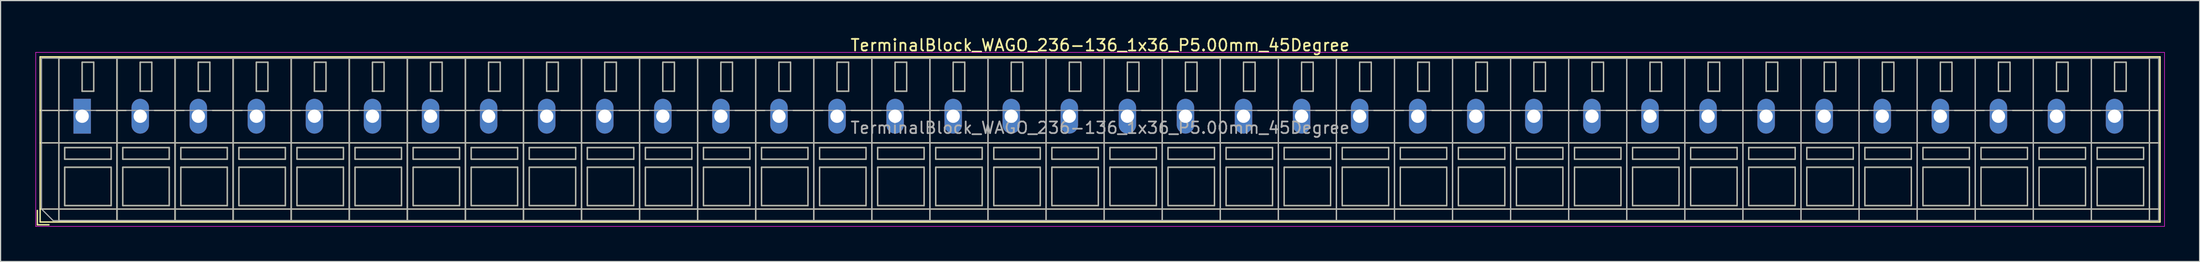
<source format=kicad_pcb>
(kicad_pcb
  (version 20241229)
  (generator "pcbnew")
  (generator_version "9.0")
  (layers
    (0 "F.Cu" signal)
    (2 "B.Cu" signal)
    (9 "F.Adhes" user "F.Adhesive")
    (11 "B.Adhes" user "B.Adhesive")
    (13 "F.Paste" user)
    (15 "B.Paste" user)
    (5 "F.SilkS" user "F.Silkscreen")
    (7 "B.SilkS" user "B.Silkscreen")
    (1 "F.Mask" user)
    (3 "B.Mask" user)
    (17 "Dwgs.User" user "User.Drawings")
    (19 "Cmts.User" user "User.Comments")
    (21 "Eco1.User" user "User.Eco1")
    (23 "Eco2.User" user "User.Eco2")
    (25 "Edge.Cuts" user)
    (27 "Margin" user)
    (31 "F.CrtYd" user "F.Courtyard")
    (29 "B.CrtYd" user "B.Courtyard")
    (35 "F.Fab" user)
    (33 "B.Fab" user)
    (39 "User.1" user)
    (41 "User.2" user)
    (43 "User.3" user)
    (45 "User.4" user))
  (footprint "TerminalBlock_WAGO_236-136_1x36_P5.00mm_45Degree"
    (layer "F.Cu")
    (at 4.025 6.968)
    (property "Reference" "TerminalBlock_WAGO_236-136_1x36_P5.00mm_45Degree" (at 87.65 -6.12 0) (layer "F.SilkS") (effects (font (size 1 1) (thickness 0.15))))
    (attr through_hole)
    (fp_line (start -3.86 8.12) (end -3.86 9.36) (stroke (width 0.12) (type solid)) (layer "F.SilkS"))
    (fp_line (start -3.86 9.36) (end -2.86 9.36) (stroke (width 0.12) (type solid)) (layer "F.SilkS"))
    (fp_line (start -3.62 -5.12) (end -3.62 9.12) (stroke (width 0.12) (type solid)) (layer "F.SilkS"))
    (fp_line (start -3.62 -5.12) (end 178.92 -5.12) (stroke (width 0.12) (type solid)) (layer "F.SilkS"))
    (fp_line (start -3.62 -0.5) (end -1.23 -0.5) (stroke (width 0.12) (type solid)) (layer "F.SilkS"))
    (fp_line (start -3.62 2.3) (end 178.92 2.3) (stroke (width 0.12) (type solid)) (layer "F.SilkS"))
    (fp_line (start -3.62 8) (end 178.92 8) (stroke (width 0.12) (type solid)) (layer "F.SilkS"))
    (fp_line (start -3.62 9.12) (end 178.92 9.12) (stroke (width 0.12) (type solid)) (layer "F.SilkS"))
    (fp_line (start -2 -5) (end -2 9) (stroke (width 0.12) (type solid)) (layer "F.SilkS"))
    (fp_line (start -2 -5) (end 3 -5) (stroke (width 0.12) (type solid)) (layer "F.SilkS"))
    (fp_line (start -2 9) (end 3 9) (stroke (width 0.12) (type solid)) (layer "F.SilkS"))
    (fp_line (start -1.5 2.7) (end -1.5 3.7) (stroke (width 0.12) (type solid)) (layer "F.SilkS"))
    (fp_line (start -1.5 2.7) (end 2.5 2.7) (stroke (width 0.12) (type solid)) (layer "F.SilkS"))
    (fp_line (start -1.5 3.7) (end 2.5 3.7) (stroke (width 0.12) (type solid)) (layer "F.SilkS"))
    (fp_line (start -1.5 4.4) (end -1.5 7.7) (stroke (width 0.12) (type solid)) (layer "F.SilkS"))
    (fp_line (start -1.5 4.4) (end 2.5 4.4) (stroke (width 0.12) (type solid)) (layer "F.SilkS"))
    (fp_line (start -1.5 7.7) (end 2.5 7.7) (stroke (width 0.12) (type solid)) (layer "F.SilkS"))
    (fp_line (start 0 -4.65) (end 0 -2.151) (stroke (width 0.12) (type solid)) (layer "F.SilkS"))
    (fp_line (start 0 -4.65) (end 1 -4.65) (stroke (width 0.12) (type solid)) (layer "F.SilkS"))
    (fp_line (start 0 -2.151) (end 1 -2.151) (stroke (width 0.12) (type solid)) (layer "F.SilkS"))
    (fp_line (start 1 -4.65) (end 1 -2.151) (stroke (width 0.12) (type solid)) (layer "F.SilkS"))
    (fp_line (start 1.23 -0.5) (end 3.77 -0.5) (stroke (width 0.12) (type solid)) (layer "F.SilkS"))
    (fp_line (start 2.5 2.7) (end 2.5 3.7) (stroke (width 0.12) (type solid)) (layer "F.SilkS"))
    (fp_line (start 2.5 4.4) (end 2.5 7.7) (stroke (width 0.12) (type solid)) (layer "F.SilkS"))
    (fp_line (start 3 -5) (end 3 9) (stroke (width 0.12) (type solid)) (layer "F.SilkS"))
    (fp_line (start 3 -5) (end 3 9) (stroke (width 0.12) (type solid)) (layer "F.SilkS"))
    (fp_line (start 3 -5) (end 8 -5) (stroke (width 0.12) (type solid)) (layer "F.SilkS"))
    (fp_line (start 3 9) (end 8 9) (stroke (width 0.12) (type solid)) (layer "F.SilkS"))
    (fp_line (start 3.5 2.7) (end 3.5 3.7) (stroke (width 0.12) (type solid)) (layer "F.SilkS"))
    (fp_line (start 3.5 2.7) (end 7.5 2.7) (stroke (width 0.12) (type solid)) (layer "F.SilkS"))
    (fp_line (start 3.5 3.7) (end 7.5 3.7) (stroke (width 0.12) (type solid)) (layer "F.SilkS"))
    (fp_line (start 3.5 4.4) (end 3.5 7.7) (stroke (width 0.12) (type solid)) (layer "F.SilkS"))
    (fp_line (start 3.5 4.4) (end 7.5 4.4) (stroke (width 0.12) (type solid)) (layer "F.SilkS"))
    (fp_line (start 3.5 7.7) (end 7.5 7.7) (stroke (width 0.12) (type solid)) (layer "F.SilkS"))
    (fp_line (start 5 -4.65) (end 5 -2.151) (stroke (width 0.12) (type solid)) (layer "F.SilkS"))
    (fp_line (start 5 -4.65) (end 6 -4.65) (stroke (width 0.12) (type solid)) (layer "F.SilkS"))
    (fp_line (start 5 -2.151) (end 6 -2.151) (stroke (width 0.12) (type solid)) (layer "F.SilkS"))
    (fp_line (start 6 -4.65) (end 6 -2.151) (stroke (width 0.12) (type solid)) (layer "F.SilkS"))
    (fp_line (start 6.23 -0.5) (end 8.77 -0.5) (stroke (width 0.12) (type solid)) (layer "F.SilkS"))
    (fp_line (start 7.5 2.7) (end 7.5 3.7) (stroke (width 0.12) (type solid)) (layer "F.SilkS"))
    (fp_line (start 7.5 4.4) (end 7.5 7.7) (stroke (width 0.12) (type solid)) (layer "F.SilkS"))
    (fp_line (start 8 -5) (end 8 9) (stroke (width 0.12) (type solid)) (layer "F.SilkS"))
    (fp_line (start 8 -5) (end 8 9) (stroke (width 0.12) (type solid)) (layer "F.SilkS"))
    (fp_line (start 8 -5) (end 13 -5) (stroke (width 0.12) (type solid)) (layer "F.SilkS"))
    (fp_line (start 8 9) (end 13 9) (stroke (width 0.12) (type solid)) (layer "F.SilkS"))
    (fp_line (start 8.5 2.7) (end 8.5 3.7) (stroke (width 0.12) (type solid)) (layer "F.SilkS"))
    (fp_line (start 8.5 2.7) (end 12.5 2.7) (stroke (width 0.12) (type solid)) (layer "F.SilkS"))
    (fp_line (start 8.5 3.7) (end 12.5 3.7) (stroke (width 0.12) (type solid)) (layer "F.SilkS"))
    (fp_line (start 8.5 4.4) (end 8.5 7.7) (stroke (width 0.12) (type solid)) (layer "F.SilkS"))
    (fp_line (start 8.5 4.4) (end 12.5 4.4) (stroke (width 0.12) (type solid)) (layer "F.SilkS"))
    (fp_line (start 8.5 7.7) (end 12.5 7.7) (stroke (width 0.12) (type solid)) (layer "F.SilkS"))
    (fp_line (start 10 -4.65) (end 10 -2.151) (stroke (width 0.12) (type solid)) (layer "F.SilkS"))
    (fp_line (start 10 -4.65) (end 11 -4.65) (stroke (width 0.12) (type solid)) (layer "F.SilkS"))
    (fp_line (start 10 -2.151) (end 11 -2.151) (stroke (width 0.12) (type solid)) (layer "F.SilkS"))
    (fp_line (start 11 -4.65) (end 11 -2.151) (stroke (width 0.12) (type solid)) (layer "F.SilkS"))
    (fp_line (start 11.23 -0.5) (end 13.77 -0.5) (stroke (width 0.12) (type solid)) (layer "F.SilkS"))
    (fp_line (start 12.5 2.7) (end 12.5 3.7) (stroke (width 0.12) (type solid)) (layer "F.SilkS"))
    (fp_line (start 12.5 4.4) (end 12.5 7.7) (stroke (width 0.12) (type solid)) (layer "F.SilkS"))
    (fp_line (start 13 -5) (end 13 9) (stroke (width 0.12) (type solid)) (layer "F.SilkS"))
    (fp_line (start 13 -5) (end 13 9) (stroke (width 0.12) (type solid)) (layer "F.SilkS"))
    (fp_line (start 13 -5) (end 18 -5) (stroke (width 0.12) (type solid)) (layer "F.SilkS"))
    (fp_line (start 13 9) (end 18 9) (stroke (width 0.12) (type solid)) (layer "F.SilkS"))
    (fp_line (start 13.5 2.7) (end 13.5 3.7) (stroke (width 0.12) (type solid)) (layer "F.SilkS"))
    (fp_line (start 13.5 2.7) (end 17.5 2.7) (stroke (width 0.12) (type solid)) (layer "F.SilkS"))
    (fp_line (start 13.5 3.7) (end 17.5 3.7) (stroke (width 0.12) (type solid)) (layer "F.SilkS"))
    (fp_line (start 13.5 4.4) (end 13.5 7.7) (stroke (width 0.12) (type solid)) (layer "F.SilkS"))
    (fp_line (start 13.5 4.4) (end 17.5 4.4) (stroke (width 0.12) (type solid)) (layer "F.SilkS"))
    (fp_line (start 13.5 7.7) (end 17.5 7.7) (stroke (width 0.12) (type solid)) (layer "F.SilkS"))
    (fp_line (start 15 -4.65) (end 15 -2.151) (stroke (width 0.12) (type solid)) (layer "F.SilkS"))
    (fp_line (start 15 -4.65) (end 16 -4.65) (stroke (width 0.12) (type solid)) (layer "F.SilkS"))
    (fp_line (start 15 -2.151) (end 16 -2.151) (stroke (width 0.12) (type solid)) (layer "F.SilkS"))
    (fp_line (start 16 -4.65) (end 16 -2.151) (stroke (width 0.12) (type solid)) (layer "F.SilkS"))
    (fp_line (start 16.23 -0.5) (end 18.77 -0.5) (stroke (width 0.12) (type solid)) (layer "F.SilkS"))
    (fp_line (start 17.5 2.7) (end 17.5 3.7) (stroke (width 0.12) (type solid)) (layer "F.SilkS"))
    (fp_line (start 17.5 4.4) (end 17.5 7.7) (stroke (width 0.12) (type solid)) (layer "F.SilkS"))
    (fp_line (start 18 -5) (end 18 9) (stroke (width 0.12) (type solid)) (layer "F.SilkS"))
    (fp_line (start 18 -5) (end 18 9) (stroke (width 0.12) (type solid)) (layer "F.SilkS"))
    (fp_line (start 18 -5) (end 23 -5) (stroke (width 0.12) (type solid)) (layer "F.SilkS"))
    (fp_line (start 18 9) (end 23 9) (stroke (width 0.12) (type solid)) (layer "F.SilkS"))
    (fp_line (start 18.5 2.7) (end 18.5 3.7) (stroke (width 0.12) (type solid)) (layer "F.SilkS"))
    (fp_line (start 18.5 2.7) (end 22.5 2.7) (stroke (width 0.12) (type solid)) (layer "F.SilkS"))
    (fp_line (start 18.5 3.7) (end 22.5 3.7) (stroke (width 0.12) (type solid)) (layer "F.SilkS"))
    (fp_line (start 18.5 4.4) (end 18.5 7.7) (stroke (width 0.12) (type solid)) (layer "F.SilkS"))
    (fp_line (start 18.5 4.4) (end 22.5 4.4) (stroke (width 0.12) (type solid)) (layer "F.SilkS"))
    (fp_line (start 18.5 7.7) (end 22.5 7.7) (stroke (width 0.12) (type solid)) (layer "F.SilkS"))
    (fp_line (start 20 -4.65) (end 20 -2.151) (stroke (width 0.12) (type solid)) (layer "F.SilkS"))
    (fp_line (start 20 -4.65) (end 21 -4.65) (stroke (width 0.12) (type solid)) (layer "F.SilkS"))
    (fp_line (start 20 -2.151) (end 21 -2.151) (stroke (width 0.12) (type solid)) (layer "F.SilkS"))
    (fp_line (start 21 -4.65) (end 21 -2.151) (stroke (width 0.12) (type solid)) (layer "F.SilkS"))
    (fp_line (start 21.23 -0.5) (end 23.77 -0.5) (stroke (width 0.12) (type solid)) (layer "F.SilkS"))
    (fp_line (start 22.5 2.7) (end 22.5 3.7) (stroke (width 0.12) (type solid)) (layer "F.SilkS"))
    (fp_line (start 22.5 4.4) (end 22.5 7.7) (stroke (width 0.12) (type solid)) (layer "F.SilkS"))
    (fp_line (start 23 -5) (end 23 9) (stroke (width 0.12) (type solid)) (layer "F.SilkS"))
    (fp_line (start 23 -5) (end 23 9) (stroke (width 0.12) (type solid)) (layer "F.SilkS"))
    (fp_line (start 23 -5) (end 28 -5) (stroke (width 0.12) (type solid)) (layer "F.SilkS"))
    (fp_line (start 23 9) (end 28 9) (stroke (width 0.12) (type solid)) (layer "F.SilkS"))
    (fp_line (start 23.5 2.7) (end 23.5 3.7) (stroke (width 0.12) (type solid)) (layer "F.SilkS"))
    (fp_line (start 23.5 2.7) (end 27.5 2.7) (stroke (width 0.12) (type solid)) (layer "F.SilkS"))
    (fp_line (start 23.5 3.7) (end 27.5 3.7) (stroke (width 0.12) (type solid)) (layer "F.SilkS"))
    (fp_line (start 23.5 4.4) (end 23.5 7.7) (stroke (width 0.12) (type solid)) (layer "F.SilkS"))
    (fp_line (start 23.5 4.4) (end 27.5 4.4) (stroke (width 0.12) (type solid)) (layer "F.SilkS"))
    (fp_line (start 23.5 7.7) (end 27.5 7.7) (stroke (width 0.12) (type solid)) (layer "F.SilkS"))
    (fp_line (start 25 -4.65) (end 25 -2.151) (stroke (width 0.12) (type solid)) (layer "F.SilkS"))
    (fp_line (start 25 -4.65) (end 26 -4.65) (stroke (width 0.12) (type solid)) (layer "F.SilkS"))
    (fp_line (start 25 -2.151) (end 26 -2.151) (stroke (width 0.12) (type solid)) (layer "F.SilkS"))
    (fp_line (start 26 -4.65) (end 26 -2.151) (stroke (width 0.12) (type solid)) (layer "F.SilkS"))
    (fp_line (start 26.23 -0.5) (end 28.77 -0.5) (stroke (width 0.12) (type solid)) (layer "F.SilkS"))
    (fp_line (start 27.5 2.7) (end 27.5 3.7) (stroke (width 0.12) (type solid)) (layer "F.SilkS"))
    (fp_line (start 27.5 4.4) (end 27.5 7.7) (stroke (width 0.12) (type solid)) (layer "F.SilkS"))
    (fp_line (start 28 -5) (end 28 9) (stroke (width 0.12) (type solid)) (layer "F.SilkS"))
    (fp_line (start 28 -5) (end 28 9) (stroke (width 0.12) (type solid)) (layer "F.SilkS"))
    (fp_line (start 28 -5) (end 33 -5) (stroke (width 0.12) (type solid)) (layer "F.SilkS"))
    (fp_line (start 28 9) (end 33 9) (stroke (width 0.12) (type solid)) (layer "F.SilkS"))
    (fp_line (start 28.5 2.7) (end 28.5 3.7) (stroke (width 0.12) (type solid)) (layer "F.SilkS"))
    (fp_line (start 28.5 2.7) (end 32.5 2.7) (stroke (width 0.12) (type solid)) (layer "F.SilkS"))
    (fp_line (start 28.5 3.7) (end 32.5 3.7) (stroke (width 0.12) (type solid)) (layer "F.SilkS"))
    (fp_line (start 28.5 4.4) (end 28.5 7.7) (stroke (width 0.12) (type solid)) (layer "F.SilkS"))
    (fp_line (start 28.5 4.4) (end 32.5 4.4) (stroke (width 0.12) (type solid)) (layer "F.SilkS"))
    (fp_line (start 28.5 7.7) (end 32.5 7.7) (stroke (width 0.12) (type solid)) (layer "F.SilkS"))
    (fp_line (start 30 -4.65) (end 30 -2.151) (stroke (width 0.12) (type solid)) (layer "F.SilkS"))
    (fp_line (start 30 -4.65) (end 31 -4.65) (stroke (width 0.12) (type solid)) (layer "F.SilkS"))
    (fp_line (start 30 -2.151) (end 31 -2.151) (stroke (width 0.12) (type solid)) (layer "F.SilkS"))
    (fp_line (start 31 -4.65) (end 31 -2.151) (stroke (width 0.12) (type solid)) (layer "F.SilkS"))
    (fp_line (start 31.23 -0.5) (end 33.77 -0.5) (stroke (width 0.12) (type solid)) (layer "F.SilkS"))
    (fp_line (start 32.5 2.7) (end 32.5 3.7) (stroke (width 0.12) (type solid)) (layer "F.SilkS"))
    (fp_line (start 32.5 4.4) (end 32.5 7.7) (stroke (width 0.12) (type solid)) (layer "F.SilkS"))
    (fp_line (start 33 -5) (end 33 9) (stroke (width 0.12) (type solid)) (layer "F.SilkS"))
    (fp_line (start 33 -5) (end 33 9) (stroke (width 0.12) (type solid)) (layer "F.SilkS"))
    (fp_line (start 33 -5) (end 38 -5) (stroke (width 0.12) (type solid)) (layer "F.SilkS"))
    (fp_line (start 33 9) (end 38 9) (stroke (width 0.12) (type solid)) (layer "F.SilkS"))
    (fp_line (start 33.5 2.7) (end 33.5 3.7) (stroke (width 0.12) (type solid)) (layer "F.SilkS"))
    (fp_line (start 33.5 2.7) (end 37.5 2.7) (stroke (width 0.12) (type solid)) (layer "F.SilkS"))
    (fp_line (start 33.5 3.7) (end 37.5 3.7) (stroke (width 0.12) (type solid)) (layer "F.SilkS"))
    (fp_line (start 33.5 4.4) (end 33.5 7.7) (stroke (width 0.12) (type solid)) (layer "F.SilkS"))
    (fp_line (start 33.5 4.4) (end 37.5 4.4) (stroke (width 0.12) (type solid)) (layer "F.SilkS"))
    (fp_line (start 33.5 7.7) (end 37.5 7.7) (stroke (width 0.12) (type solid)) (layer "F.SilkS"))
    (fp_line (start 35 -4.65) (end 35 -2.151) (stroke (width 0.12) (type solid)) (layer "F.SilkS"))
    (fp_line (start 35 -4.65) (end 36 -4.65) (stroke (width 0.12) (type solid)) (layer "F.SilkS"))
    (fp_line (start 35 -2.151) (end 36 -2.151) (stroke (width 0.12) (type solid)) (layer "F.SilkS"))
    (fp_line (start 36 -4.65) (end 36 -2.151) (stroke (width 0.12) (type solid)) (layer "F.SilkS"))
    (fp_line (start 36.23 -0.5) (end 38.77 -0.5) (stroke (width 0.12) (type solid)) (layer "F.SilkS"))
    (fp_line (start 37.5 2.7) (end 37.5 3.7) (stroke (width 0.12) (type solid)) (layer "F.SilkS"))
    (fp_line (start 37.5 4.4) (end 37.5 7.7) (stroke (width 0.12) (type solid)) (layer "F.SilkS"))
    (fp_line (start 38 -5) (end 38 9) (stroke (width 0.12) (type solid)) (layer "F.SilkS"))
    (fp_line (start 38 -5) (end 38 9) (stroke (width 0.12) (type solid)) (layer "F.SilkS"))
    (fp_line (start 38 -5) (end 43 -5) (stroke (width 0.12) (type solid)) (layer "F.SilkS"))
    (fp_line (start 38 9) (end 43 9) (stroke (width 0.12) (type solid)) (layer "F.SilkS"))
    (fp_line (start 38.5 2.7) (end 38.5 3.7) (stroke (width 0.12) (type solid)) (layer "F.SilkS"))
    (fp_line (start 38.5 2.7) (end 42.5 2.7) (stroke (width 0.12) (type solid)) (layer "F.SilkS"))
    (fp_line (start 38.5 3.7) (end 42.5 3.7) (stroke (width 0.12) (type solid)) (layer "F.SilkS"))
    (fp_line (start 38.5 4.4) (end 38.5 7.7) (stroke (width 0.12) (type solid)) (layer "F.SilkS"))
    (fp_line (start 38.5 4.4) (end 42.5 4.4) (stroke (width 0.12) (type solid)) (layer "F.SilkS"))
    (fp_line (start 38.5 7.7) (end 42.5 7.7) (stroke (width 0.12) (type solid)) (layer "F.SilkS"))
    (fp_line (start 40 -4.65) (end 40 -2.151) (stroke (width 0.12) (type solid)) (layer "F.SilkS"))
    (fp_line (start 40 -4.65) (end 41 -4.65) (stroke (width 0.12) (type solid)) (layer "F.SilkS"))
    (fp_line (start 40 -2.151) (end 41 -2.151) (stroke (width 0.12) (type solid)) (layer "F.SilkS"))
    (fp_line (start 41 -4.65) (end 41 -2.151) (stroke (width 0.12) (type solid)) (layer "F.SilkS"))
    (fp_line (start 41.23 -0.5) (end 43.77 -0.5) (stroke (width 0.12) (type solid)) (layer "F.SilkS"))
    (fp_line (start 42.5 2.7) (end 42.5 3.7) (stroke (width 0.12) (type solid)) (layer "F.SilkS"))
    (fp_line (start 42.5 4.4) (end 42.5 7.7) (stroke (width 0.12) (type solid)) (layer "F.SilkS"))
    (fp_line (start 43 -5) (end 43 9) (stroke (width 0.12) (type solid)) (layer "F.SilkS"))
    (fp_line (start 43 -5) (end 43 9) (stroke (width 0.12) (type solid)) (layer "F.SilkS"))
    (fp_line (start 43 -5) (end 48 -5) (stroke (width 0.12) (type solid)) (layer "F.SilkS"))
    (fp_line (start 43 9) (end 48 9) (stroke (width 0.12) (type solid)) (layer "F.SilkS"))
    (fp_line (start 43.5 2.7) (end 43.5 3.7) (stroke (width 0.12) (type solid)) (layer "F.SilkS"))
    (fp_line (start 43.5 2.7) (end 47.5 2.7) (stroke (width 0.12) (type solid)) (layer "F.SilkS"))
    (fp_line (start 43.5 3.7) (end 47.5 3.7) (stroke (width 0.12) (type solid)) (layer "F.SilkS"))
    (fp_line (start 43.5 4.4) (end 43.5 7.7) (stroke (width 0.12) (type solid)) (layer "F.SilkS"))
    (fp_line (start 43.5 4.4) (end 47.5 4.4) (stroke (width 0.12) (type solid)) (layer "F.SilkS"))
    (fp_line (start 43.5 7.7) (end 47.5 7.7) (stroke (width 0.12) (type solid)) (layer "F.SilkS"))
    (fp_line (start 45 -4.65) (end 45 -2.151) (stroke (width 0.12) (type solid)) (layer "F.SilkS"))
    (fp_line (start 45 -4.65) (end 46 -4.65) (stroke (width 0.12) (type solid)) (layer "F.SilkS"))
    (fp_line (start 45 -2.151) (end 46 -2.151) (stroke (width 0.12) (type solid)) (layer "F.SilkS"))
    (fp_line (start 46 -4.65) (end 46 -2.151) (stroke (width 0.12) (type solid)) (layer "F.SilkS"))
    (fp_line (start 46.23 -0.5) (end 48.77 -0.5) (stroke (width 0.12) (type solid)) (layer "F.SilkS"))
    (fp_line (start 47.5 2.7) (end 47.5 3.7) (stroke (width 0.12) (type solid)) (layer "F.SilkS"))
    (fp_line (start 47.5 4.4) (end 47.5 7.7) (stroke (width 0.12) (type solid)) (layer "F.SilkS"))
    (fp_line (start 48 -5) (end 48 9) (stroke (width 0.12) (type solid)) (layer "F.SilkS"))
    (fp_line (start 48 -5) (end 48 9) (stroke (width 0.12) (type solid)) (layer "F.SilkS"))
    (fp_line (start 48 -5) (end 53 -5) (stroke (width 0.12) (type solid)) (layer "F.SilkS"))
    (fp_line (start 48 9) (end 53 9) (stroke (width 0.12) (type solid)) (layer "F.SilkS"))
    (fp_line (start 48.5 2.7) (end 48.5 3.7) (stroke (width 0.12) (type solid)) (layer "F.SilkS"))
    (fp_line (start 48.5 2.7) (end 52.5 2.7) (stroke (width 0.12) (type solid)) (layer "F.SilkS"))
    (fp_line (start 48.5 3.7) (end 52.5 3.7) (stroke (width 0.12) (type solid)) (layer "F.SilkS"))
    (fp_line (start 48.5 4.4) (end 48.5 7.7) (stroke (width 0.12) (type solid)) (layer "F.SilkS"))
    (fp_line (start 48.5 4.4) (end 52.5 4.4) (stroke (width 0.12) (type solid)) (layer "F.SilkS"))
    (fp_line (start 48.5 7.7) (end 52.5 7.7) (stroke (width 0.12) (type solid)) (layer "F.SilkS"))
    (fp_line (start 50 -4.65) (end 50 -2.151) (stroke (width 0.12) (type solid)) (layer "F.SilkS"))
    (fp_line (start 50 -4.65) (end 51 -4.65) (stroke (width 0.12) (type solid)) (layer "F.SilkS"))
    (fp_line (start 50 -2.151) (end 51 -2.151) (stroke (width 0.12) (type solid)) (layer "F.SilkS"))
    (fp_line (start 51 -4.65) (end 51 -2.151) (stroke (width 0.12) (type solid)) (layer "F.SilkS"))
    (fp_line (start 51.23 -0.5) (end 53.77 -0.5) (stroke (width 0.12) (type solid)) (layer "F.SilkS"))
    (fp_line (start 52.5 2.7) (end 52.5 3.7) (stroke (width 0.12) (type solid)) (layer "F.SilkS"))
    (fp_line (start 52.5 4.4) (end 52.5 7.7) (stroke (width 0.12) (type solid)) (layer "F.SilkS"))
    (fp_line (start 53 -5) (end 53 9) (stroke (width 0.12) (type solid)) (layer "F.SilkS"))
    (fp_line (start 53 -5) (end 53 9) (stroke (width 0.12) (type solid)) (layer "F.SilkS"))
    (fp_line (start 53 -5) (end 58 -5) (stroke (width 0.12) (type solid)) (layer "F.SilkS"))
    (fp_line (start 53 9) (end 58 9) (stroke (width 0.12) (type solid)) (layer "F.SilkS"))
    (fp_line (start 53.5 2.7) (end 53.5 3.7) (stroke (width 0.12) (type solid)) (layer "F.SilkS"))
    (fp_line (start 53.5 2.7) (end 57.5 2.7) (stroke (width 0.12) (type solid)) (layer "F.SilkS"))
    (fp_line (start 53.5 3.7) (end 57.5 3.7) (stroke (width 0.12) (type solid)) (layer "F.SilkS"))
    (fp_line (start 53.5 4.4) (end 53.5 7.7) (stroke (width 0.12) (type solid)) (layer "F.SilkS"))
    (fp_line (start 53.5 4.4) (end 57.5 4.4) (stroke (width 0.12) (type solid)) (layer "F.SilkS"))
    (fp_line (start 53.5 7.7) (end 57.5 7.7) (stroke (width 0.12) (type solid)) (layer "F.SilkS"))
    (fp_line (start 55 -4.65) (end 55 -2.151) (stroke (width 0.12) (type solid)) (layer "F.SilkS"))
    (fp_line (start 55 -4.65) (end 56 -4.65) (stroke (width 0.12) (type solid)) (layer "F.SilkS"))
    (fp_line (start 55 -2.151) (end 56 -2.151) (stroke (width 0.12) (type solid)) (layer "F.SilkS"))
    (fp_line (start 56 -4.65) (end 56 -2.151) (stroke (width 0.12) (type solid)) (layer "F.SilkS"))
    (fp_line (start 56.23 -0.5) (end 58.77 -0.5) (stroke (width 0.12) (type solid)) (layer "F.SilkS"))
    (fp_line (start 57.5 2.7) (end 57.5 3.7) (stroke (width 0.12) (type solid)) (layer "F.SilkS"))
    (fp_line (start 57.5 4.4) (end 57.5 7.7) (stroke (width 0.12) (type solid)) (layer "F.SilkS"))
    (fp_line (start 58 -5) (end 58 9) (stroke (width 0.12) (type solid)) (layer "F.SilkS"))
    (fp_line (start 58 -5) (end 58 9) (stroke (width 0.12) (type solid)) (layer "F.SilkS"))
    (fp_line (start 58 -5) (end 63 -5) (stroke (width 0.12) (type solid)) (layer "F.SilkS"))
    (fp_line (start 58 9) (end 63 9) (stroke (width 0.12) (type solid)) (layer "F.SilkS"))
    (fp_line (start 58.5 2.7) (end 58.5 3.7) (stroke (width 0.12) (type solid)) (layer "F.SilkS"))
    (fp_line (start 58.5 2.7) (end 62.5 2.7) (stroke (width 0.12) (type solid)) (layer "F.SilkS"))
    (fp_line (start 58.5 3.7) (end 62.5 3.7) (stroke (width 0.12) (type solid)) (layer "F.SilkS"))
    (fp_line (start 58.5 4.4) (end 58.5 7.7) (stroke (width 0.12) (type solid)) (layer "F.SilkS"))
    (fp_line (start 58.5 4.4) (end 62.5 4.4) (stroke (width 0.12) (type solid)) (layer "F.SilkS"))
    (fp_line (start 58.5 7.7) (end 62.5 7.7) (stroke (width 0.12) (type solid)) (layer "F.SilkS"))
    (fp_line (start 60 -4.65) (end 60 -2.151) (stroke (width 0.12) (type solid)) (layer "F.SilkS"))
    (fp_line (start 60 -4.65) (end 61 -4.65) (stroke (width 0.12) (type solid)) (layer "F.SilkS"))
    (fp_line (start 60 -2.151) (end 61 -2.151) (stroke (width 0.12) (type solid)) (layer "F.SilkS"))
    (fp_line (start 61 -4.65) (end 61 -2.151) (stroke (width 0.12) (type solid)) (layer "F.SilkS"))
    (fp_line (start 61.23 -0.5) (end 63.77 -0.5) (stroke (width 0.12) (type solid)) (layer "F.SilkS"))
    (fp_line (start 62.5 2.7) (end 62.5 3.7) (stroke (width 0.12) (type solid)) (layer "F.SilkS"))
    (fp_line (start 62.5 4.4) (end 62.5 7.7) (stroke (width 0.12) (type solid)) (layer "F.SilkS"))
    (fp_line (start 63 -5) (end 63 9) (stroke (width 0.12) (type solid)) (layer "F.SilkS"))
    (fp_line (start 63 -5) (end 63 9) (stroke (width 0.12) (type solid)) (layer "F.SilkS"))
    (fp_line (start 63 -5) (end 68 -5) (stroke (width 0.12) (type solid)) (layer "F.SilkS"))
    (fp_line (start 63 9) (end 68 9) (stroke (width 0.12) (type solid)) (layer "F.SilkS"))
    (fp_line (start 63.5 2.7) (end 63.5 3.7) (stroke (width 0.12) (type solid)) (layer "F.SilkS"))
    (fp_line (start 63.5 2.7) (end 67.5 2.7) (stroke (width 0.12) (type solid)) (layer "F.SilkS"))
    (fp_line (start 63.5 3.7) (end 67.5 3.7) (stroke (width 0.12) (type solid)) (layer "F.SilkS"))
    (fp_line (start 63.5 4.4) (end 63.5 7.7) (stroke (width 0.12) (type solid)) (layer "F.SilkS"))
    (fp_line (start 63.5 4.4) (end 67.5 4.4) (stroke (width 0.12) (type solid)) (layer "F.SilkS"))
    (fp_line (start 63.5 7.7) (end 67.5 7.7) (stroke (width 0.12) (type solid)) (layer "F.SilkS"))
    (fp_line (start 65 -4.65) (end 65 -2.151) (stroke (width 0.12) (type solid)) (layer "F.SilkS"))
    (fp_line (start 65 -4.65) (end 66 -4.65) (stroke (width 0.12) (type solid)) (layer "F.SilkS"))
    (fp_line (start 65 -2.151) (end 66 -2.151) (stroke (width 0.12) (type solid)) (layer "F.SilkS"))
    (fp_line (start 66 -4.65) (end 66 -2.151) (stroke (width 0.12) (type solid)) (layer "F.SilkS"))
    (fp_line (start 66.23 -0.5) (end 68.77 -0.5) (stroke (width 0.12) (type solid)) (layer "F.SilkS"))
    (fp_line (start 67.5 2.7) (end 67.5 3.7) (stroke (width 0.12) (type solid)) (layer "F.SilkS"))
    (fp_line (start 67.5 4.4) (end 67.5 7.7) (stroke (width 0.12) (type solid)) (layer "F.SilkS"))
    (fp_line (start 68 -5) (end 68 9) (stroke (width 0.12) (type solid)) (layer "F.SilkS"))
    (fp_line (start 68 -5) (end 68 9) (stroke (width 0.12) (type solid)) (layer "F.SilkS"))
    (fp_line (start 68 -5) (end 73 -5) (stroke (width 0.12) (type solid)) (layer "F.SilkS"))
    (fp_line (start 68 9) (end 73 9) (stroke (width 0.12) (type solid)) (layer "F.SilkS"))
    (fp_line (start 68.5 2.7) (end 68.5 3.7) (stroke (width 0.12) (type solid)) (layer "F.SilkS"))
    (fp_line (start 68.5 2.7) (end 72.5 2.7) (stroke (width 0.12) (type solid)) (layer "F.SilkS"))
    (fp_line (start 68.5 3.7) (end 72.5 3.7) (stroke (width 0.12) (type solid)) (layer "F.SilkS"))
    (fp_line (start 68.5 4.4) (end 68.5 7.7) (stroke (width 0.12) (type solid)) (layer "F.SilkS"))
    (fp_line (start 68.5 4.4) (end 72.5 4.4) (stroke (width 0.12) (type solid)) (layer "F.SilkS"))
    (fp_line (start 68.5 7.7) (end 72.5 7.7) (stroke (width 0.12) (type solid)) (layer "F.SilkS"))
    (fp_line (start 70 -4.65) (end 70 -2.151) (stroke (width 0.12) (type solid)) (layer "F.SilkS"))
    (fp_line (start 70 -4.65) (end 71 -4.65) (stroke (width 0.12) (type solid)) (layer "F.SilkS"))
    (fp_line (start 70 -2.151) (end 71 -2.151) (stroke (width 0.12) (type solid)) (layer "F.SilkS"))
    (fp_line (start 71 -4.65) (end 71 -2.151) (stroke (width 0.12) (type solid)) (layer "F.SilkS"))
    (fp_line (start 71.23 -0.5) (end 73.77 -0.5) (stroke (width 0.12) (type solid)) (layer "F.SilkS"))
    (fp_line (start 72.5 2.7) (end 72.5 3.7) (stroke (width 0.12) (type solid)) (layer "F.SilkS"))
    (fp_line (start 72.5 4.4) (end 72.5 7.7) (stroke (width 0.12) (type solid)) (layer "F.SilkS"))
    (fp_line (start 73 -5) (end 73 9) (stroke (width 0.12) (type solid)) (layer "F.SilkS"))
    (fp_line (start 73 -5) (end 73 9) (stroke (width 0.12) (type solid)) (layer "F.SilkS"))
    (fp_line (start 73 -5) (end 78 -5) (stroke (width 0.12) (type solid)) (layer "F.SilkS"))
    (fp_line (start 73 9) (end 78 9) (stroke (width 0.12) (type solid)) (layer "F.SilkS"))
    (fp_line (start 73.5 2.7) (end 73.5 3.7) (stroke (width 0.12) (type solid)) (layer "F.SilkS"))
    (fp_line (start 73.5 2.7) (end 77.5 2.7) (stroke (width 0.12) (type solid)) (layer "F.SilkS"))
    (fp_line (start 73.5 3.7) (end 77.5 3.7) (stroke (width 0.12) (type solid)) (layer "F.SilkS"))
    (fp_line (start 73.5 4.4) (end 73.5 7.7) (stroke (width 0.12) (type solid)) (layer "F.SilkS"))
    (fp_line (start 73.5 4.4) (end 77.5 4.4) (stroke (width 0.12) (type solid)) (layer "F.SilkS"))
    (fp_line (start 73.5 7.7) (end 77.5 7.7) (stroke (width 0.12) (type solid)) (layer "F.SilkS"))
    (fp_line (start 75 -4.65) (end 75 -2.151) (stroke (width 0.12) (type solid)) (layer "F.SilkS"))
    (fp_line (start 75 -4.65) (end 76 -4.65) (stroke (width 0.12) (type solid)) (layer "F.SilkS"))
    (fp_line (start 75 -2.151) (end 76 -2.151) (stroke (width 0.12) (type solid)) (layer "F.SilkS"))
    (fp_line (start 76 -4.65) (end 76 -2.151) (stroke (width 0.12) (type solid)) (layer "F.SilkS"))
    (fp_line (start 76.23 -0.5) (end 78.77 -0.5) (stroke (width 0.12) (type solid)) (layer "F.SilkS"))
    (fp_line (start 77.5 2.7) (end 77.5 3.7) (stroke (width 0.12) (type solid)) (layer "F.SilkS"))
    (fp_line (start 77.5 4.4) (end 77.5 7.7) (stroke (width 0.12) (type solid)) (layer "F.SilkS"))
    (fp_line (start 78 -5) (end 78 9) (stroke (width 0.12) (type solid)) (layer "F.SilkS"))
    (fp_line (start 78 -5) (end 78 9) (stroke (width 0.12) (type solid)) (layer "F.SilkS"))
    (fp_line (start 78 -5) (end 83 -5) (stroke (width 0.12) (type solid)) (layer "F.SilkS"))
    (fp_line (start 78 9) (end 83 9) (stroke (width 0.12) (type solid)) (layer "F.SilkS"))
    (fp_line (start 78.5 2.7) (end 78.5 3.7) (stroke (width 0.12) (type solid)) (layer "F.SilkS"))
    (fp_line (start 78.5 2.7) (end 82.5 2.7) (stroke (width 0.12) (type solid)) (layer "F.SilkS"))
    (fp_line (start 78.5 3.7) (end 82.5 3.7) (stroke (width 0.12) (type solid)) (layer "F.SilkS"))
    (fp_line (start 78.5 4.4) (end 78.5 7.7) (stroke (width 0.12) (type solid)) (layer "F.SilkS"))
    (fp_line (start 78.5 4.4) (end 82.5 4.4) (stroke (width 0.12) (type solid)) (layer "F.SilkS"))
    (fp_line (start 78.5 7.7) (end 82.5 7.7) (stroke (width 0.12) (type solid)) (layer "F.SilkS"))
    (fp_line (start 80 -4.65) (end 80 -2.151) (stroke (width 0.12) (type solid)) (layer "F.SilkS"))
    (fp_line (start 80 -4.65) (end 81 -4.65) (stroke (width 0.12) (type solid)) (layer "F.SilkS"))
    (fp_line (start 80 -2.151) (end 81 -2.151) (stroke (width 0.12) (type solid)) (layer "F.SilkS"))
    (fp_line (start 81 -4.65) (end 81 -2.151) (stroke (width 0.12) (type solid)) (layer "F.SilkS"))
    (fp_line (start 81.23 -0.5) (end 83.77 -0.5) (stroke (width 0.12) (type solid)) (layer "F.SilkS"))
    (fp_line (start 82.5 2.7) (end 82.5 3.7) (stroke (width 0.12) (type solid)) (layer "F.SilkS"))
    (fp_line (start 82.5 4.4) (end 82.5 7.7) (stroke (width 0.12) (type solid)) (layer "F.SilkS"))
    (fp_line (start 83 -5) (end 83 9) (stroke (width 0.12) (type solid)) (layer "F.SilkS"))
    (fp_line (start 83 -5) (end 83 9) (stroke (width 0.12) (type solid)) (layer "F.SilkS"))
    (fp_line (start 83 -5) (end 88 -5) (stroke (width 0.12) (type solid)) (layer "F.SilkS"))
    (fp_line (start 83 9) (end 88 9) (stroke (width 0.12) (type solid)) (layer "F.SilkS"))
    (fp_line (start 83.5 2.7) (end 83.5 3.7) (stroke (width 0.12) (type solid)) (layer "F.SilkS"))
    (fp_line (start 83.5 2.7) (end 87.5 2.7) (stroke (width 0.12) (type solid)) (layer "F.SilkS"))
    (fp_line (start 83.5 3.7) (end 87.5 3.7) (stroke (width 0.12) (type solid)) (layer "F.SilkS"))
    (fp_line (start 83.5 4.4) (end 83.5 7.7) (stroke (width 0.12) (type solid)) (layer "F.SilkS"))
    (fp_line (start 83.5 4.4) (end 87.5 4.4) (stroke (width 0.12) (type solid)) (layer "F.SilkS"))
    (fp_line (start 83.5 7.7) (end 87.5 7.7) (stroke (width 0.12) (type solid)) (layer "F.SilkS"))
    (fp_line (start 85 -4.65) (end 85 -2.151) (stroke (width 0.12) (type solid)) (layer "F.SilkS"))
    (fp_line (start 85 -4.65) (end 86 -4.65) (stroke (width 0.12) (type solid)) (layer "F.SilkS"))
    (fp_line (start 85 -2.151) (end 86 -2.151) (stroke (width 0.12) (type solid)) (layer "F.SilkS"))
    (fp_line (start 86 -4.65) (end 86 -2.151) (stroke (width 0.12) (type solid)) (layer "F.SilkS"))
    (fp_line (start 86.23 -0.5) (end 88.77 -0.5) (stroke (width 0.12) (type solid)) (layer "F.SilkS"))
    (fp_line (start 87.5 2.7) (end 87.5 3.7) (stroke (width 0.12) (type solid)) (layer "F.SilkS"))
    (fp_line (start 87.5 4.4) (end 87.5 7.7) (stroke (width 0.12) (type solid)) (layer "F.SilkS"))
    (fp_line (start 88 -5) (end 88 9) (stroke (width 0.12) (type solid)) (layer "F.SilkS"))
    (fp_line (start 88 -5) (end 88 9) (stroke (width 0.12) (type solid)) (layer "F.SilkS"))
    (fp_line (start 88 -5) (end 93 -5) (stroke (width 0.12) (type solid)) (layer "F.SilkS"))
    (fp_line (start 88 9) (end 93 9) (stroke (width 0.12) (type solid)) (layer "F.SilkS"))
    (fp_line (start 88.5 2.7) (end 88.5 3.7) (stroke (width 0.12) (type solid)) (layer "F.SilkS"))
    (fp_line (start 88.5 2.7) (end 92.5 2.7) (stroke (width 0.12) (type solid)) (layer "F.SilkS"))
    (fp_line (start 88.5 3.7) (end 92.5 3.7) (stroke (width 0.12) (type solid)) (layer "F.SilkS"))
    (fp_line (start 88.5 4.4) (end 88.5 7.7) (stroke (width 0.12) (type solid)) (layer "F.SilkS"))
    (fp_line (start 88.5 4.4) (end 92.5 4.4) (stroke (width 0.12) (type solid)) (layer "F.SilkS"))
    (fp_line (start 88.5 7.7) (end 92.5 7.7) (stroke (width 0.12) (type solid)) (layer "F.SilkS"))
    (fp_line (start 90 -4.65) (end 90 -2.151) (stroke (width 0.12) (type solid)) (layer "F.SilkS"))
    (fp_line (start 90 -4.65) (end 91 -4.65) (stroke (width 0.12) (type solid)) (layer "F.SilkS"))
    (fp_line (start 90 -2.151) (end 91 -2.151) (stroke (width 0.12) (type solid)) (layer "F.SilkS"))
    (fp_line (start 91 -4.65) (end 91 -2.151) (stroke (width 0.12) (type solid)) (layer "F.SilkS"))
    (fp_line (start 91.23 -0.5) (end 93.77 -0.5) (stroke (width 0.12) (type solid)) (layer "F.SilkS"))
    (fp_line (start 92.5 2.7) (end 92.5 3.7) (stroke (width 0.12) (type solid)) (layer "F.SilkS"))
    (fp_line (start 92.5 4.4) (end 92.5 7.7) (stroke (width 0.12) (type solid)) (layer "F.SilkS"))
    (fp_line (start 93 -5) (end 93 9) (stroke (width 0.12) (type solid)) (layer "F.SilkS"))
    (fp_line (start 93 -5) (end 93 9) (stroke (width 0.12) (type solid)) (layer "F.SilkS"))
    (fp_line (start 93 -5) (end 98 -5) (stroke (width 0.12) (type solid)) (layer "F.SilkS"))
    (fp_line (start 93 9) (end 98 9) (stroke (width 0.12) (type solid)) (layer "F.SilkS"))
    (fp_line (start 93.5 2.7) (end 93.5 3.7) (stroke (width 0.12) (type solid)) (layer "F.SilkS"))
    (fp_line (start 93.5 2.7) (end 97.5 2.7) (stroke (width 0.12) (type solid)) (layer "F.SilkS"))
    (fp_line (start 93.5 3.7) (end 97.5 3.7) (stroke (width 0.12) (type solid)) (layer "F.SilkS"))
    (fp_line (start 93.5 4.4) (end 93.5 7.7) (stroke (width 0.12) (type solid)) (layer "F.SilkS"))
    (fp_line (start 93.5 4.4) (end 97.5 4.4) (stroke (width 0.12) (type solid)) (layer "F.SilkS"))
    (fp_line (start 93.5 7.7) (end 97.5 7.7) (stroke (width 0.12) (type solid)) (layer "F.SilkS"))
    (fp_line (start 95 -4.65) (end 95 -2.151) (stroke (width 0.12) (type solid)) (layer "F.SilkS"))
    (fp_line (start 95 -4.65) (end 96 -4.65) (stroke (width 0.12) (type solid)) (layer "F.SilkS"))
    (fp_line (start 95 -2.151) (end 96 -2.151) (stroke (width 0.12) (type solid)) (layer "F.SilkS"))
    (fp_line (start 96 -4.65) (end 96 -2.151) (stroke (width 0.12) (type solid)) (layer "F.SilkS"))
    (fp_line (start 96.23 -0.5) (end 98.77 -0.5) (stroke (width 0.12) (type solid)) (layer "F.SilkS"))
    (fp_line (start 97.5 2.7) (end 97.5 3.7) (stroke (width 0.12) (type solid)) (layer "F.SilkS"))
    (fp_line (start 97.5 4.4) (end 97.5 7.7) (stroke (width 0.12) (type solid)) (layer "F.SilkS"))
    (fp_line (start 98 -5) (end 98 9) (stroke (width 0.12) (type solid)) (layer "F.SilkS"))
    (fp_line (start 98 -5) (end 98 9) (stroke (width 0.12) (type solid)) (layer "F.SilkS"))
    (fp_line (start 98 -5) (end 103 -5) (stroke (width 0.12) (type solid)) (layer "F.SilkS"))
    (fp_line (start 98 9) (end 103 9) (stroke (width 0.12) (type solid)) (layer "F.SilkS"))
    (fp_line (start 98.5 2.7) (end 98.5 3.7) (stroke (width 0.12) (type solid)) (layer "F.SilkS"))
    (fp_line (start 98.5 2.7) (end 102.5 2.7) (stroke (width 0.12) (type solid)) (layer "F.SilkS"))
    (fp_line (start 98.5 3.7) (end 102.5 3.7) (stroke (width 0.12) (type solid)) (layer "F.SilkS"))
    (fp_line (start 98.5 4.4) (end 98.5 7.7) (stroke (width 0.12) (type solid)) (layer "F.SilkS"))
    (fp_line (start 98.5 4.4) (end 102.5 4.4) (stroke (width 0.12) (type solid)) (layer "F.SilkS"))
    (fp_line (start 98.5 7.7) (end 102.5 7.7) (stroke (width 0.12) (type solid)) (layer "F.SilkS"))
    (fp_line (start 100 -4.65) (end 100 -2.151) (stroke (width 0.12) (type solid)) (layer "F.SilkS"))
    (fp_line (start 100 -4.65) (end 101 -4.65) (stroke (width 0.12) (type solid)) (layer "F.SilkS"))
    (fp_line (start 100 -2.151) (end 101 -2.151) (stroke (width 0.12) (type solid)) (layer "F.SilkS"))
    (fp_line (start 101 -4.65) (end 101 -2.151) (stroke (width 0.12) (type solid)) (layer "F.SilkS"))
    (fp_line (start 101.23 -0.5) (end 103.77 -0.5) (stroke (width 0.12) (type solid)) (layer "F.SilkS"))
    (fp_line (start 102.5 2.7) (end 102.5 3.7) (stroke (width 0.12) (type solid)) (layer "F.SilkS"))
    (fp_line (start 102.5 4.4) (end 102.5 7.7) (stroke (width 0.12) (type solid)) (layer "F.SilkS"))
    (fp_line (start 103 -5) (end 103 9) (stroke (width 0.12) (type solid)) (layer "F.SilkS"))
    (fp_line (start 103 -5) (end 103 9) (stroke (width 0.12) (type solid)) (layer "F.SilkS"))
    (fp_line (start 103 -5) (end 108 -5) (stroke (width 0.12) (type solid)) (layer "F.SilkS"))
    (fp_line (start 103 9) (end 108 9) (stroke (width 0.12) (type solid)) (layer "F.SilkS"))
    (fp_line (start 103.5 2.7) (end 103.5 3.7) (stroke (width 0.12) (type solid)) (layer "F.SilkS"))
    (fp_line (start 103.5 2.7) (end 107.5 2.7) (stroke (width 0.12) (type solid)) (layer "F.SilkS"))
    (fp_line (start 103.5 3.7) (end 107.5 3.7) (stroke (width 0.12) (type solid)) (layer "F.SilkS"))
    (fp_line (start 103.5 4.4) (end 103.5 7.7) (stroke (width 0.12) (type solid)) (layer "F.SilkS"))
    (fp_line (start 103.5 4.4) (end 107.5 4.4) (stroke (width 0.12) (type solid)) (layer "F.SilkS"))
    (fp_line (start 103.5 7.7) (end 107.5 7.7) (stroke (width 0.12) (type solid)) (layer "F.SilkS"))
    (fp_line (start 105 -4.65) (end 105 -2.151) (stroke (width 0.12) (type solid)) (layer "F.SilkS"))
    (fp_line (start 105 -4.65) (end 106 -4.65) (stroke (width 0.12) (type solid)) (layer "F.SilkS"))
    (fp_line (start 105 -2.151) (end 106 -2.151) (stroke (width 0.12) (type solid)) (layer "F.SilkS"))
    (fp_line (start 106 -4.65) (end 106 -2.151) (stroke (width 0.12) (type solid)) (layer "F.SilkS"))
    (fp_line (start 106.23 -0.5) (end 108.77 -0.5) (stroke (width 0.12) (type solid)) (layer "F.SilkS"))
    (fp_line (start 107.5 2.7) (end 107.5 3.7) (stroke (width 0.12) (type solid)) (layer "F.SilkS"))
    (fp_line (start 107.5 4.4) (end 107.5 7.7) (stroke (width 0.12) (type solid)) (layer "F.SilkS"))
    (fp_line (start 108 -5) (end 108 9) (stroke (width 0.12) (type solid)) (layer "F.SilkS"))
    (fp_line (start 108 -5) (end 108 9) (stroke (width 0.12) (type solid)) (layer "F.SilkS"))
    (fp_line (start 108 -5) (end 113 -5) (stroke (width 0.12) (type solid)) (layer "F.SilkS"))
    (fp_line (start 108 9) (end 113 9) (stroke (width 0.12) (type solid)) (layer "F.SilkS"))
    (fp_line (start 108.5 2.7) (end 108.5 3.7) (stroke (width 0.12) (type solid)) (layer "F.SilkS"))
    (fp_line (start 108.5 2.7) (end 112.5 2.7) (stroke (width 0.12) (type solid)) (layer "F.SilkS"))
    (fp_line (start 108.5 3.7) (end 112.5 3.7) (stroke (width 0.12) (type solid)) (layer "F.SilkS"))
    (fp_line (start 108.5 4.4) (end 108.5 7.7) (stroke (width 0.12) (type solid)) (layer "F.SilkS"))
    (fp_line (start 108.5 4.4) (end 112.5 4.4) (stroke (width 0.12) (type solid)) (layer "F.SilkS"))
    (fp_line (start 108.5 7.7) (end 112.5 7.7) (stroke (width 0.12) (type solid)) (layer "F.SilkS"))
    (fp_line (start 110 -4.65) (end 110 -2.151) (stroke (width 0.12) (type solid)) (layer "F.SilkS"))
    (fp_line (start 110 -4.65) (end 111 -4.65) (stroke (width 0.12) (type solid)) (layer "F.SilkS"))
    (fp_line (start 110 -2.151) (end 111 -2.151) (stroke (width 0.12) (type solid)) (layer "F.SilkS"))
    (fp_line (start 111 -4.65) (end 111 -2.151) (stroke (width 0.12) (type solid)) (layer "F.SilkS"))
    (fp_line (start 111.23 -0.5) (end 113.77 -0.5) (stroke (width 0.12) (type solid)) (layer "F.SilkS"))
    (fp_line (start 112.5 2.7) (end 112.5 3.7) (stroke (width 0.12) (type solid)) (layer "F.SilkS"))
    (fp_line (start 112.5 4.4) (end 112.5 7.7) (stroke (width 0.12) (type solid)) (layer "F.SilkS"))
    (fp_line (start 113 -5) (end 113 9) (stroke (width 0.12) (type solid)) (layer "F.SilkS"))
    (fp_line (start 113 -5) (end 113 9) (stroke (width 0.12) (type solid)) (layer "F.SilkS"))
    (fp_line (start 113 -5) (end 118 -5) (stroke (width 0.12) (type solid)) (layer "F.SilkS"))
    (fp_line (start 113 9) (end 118 9) (stroke (width 0.12) (type solid)) (layer "F.SilkS"))
    (fp_line (start 113.5 2.7) (end 113.5 3.7) (stroke (width 0.12) (type solid)) (layer "F.SilkS"))
    (fp_line (start 113.5 2.7) (end 117.5 2.7) (stroke (width 0.12) (type solid)) (layer "F.SilkS"))
    (fp_line (start 113.5 3.7) (end 117.5 3.7) (stroke (width 0.12) (type solid)) (layer "F.SilkS"))
    (fp_line (start 113.5 4.4) (end 113.5 7.7) (stroke (width 0.12) (type solid)) (layer "F.SilkS"))
    (fp_line (start 113.5 4.4) (end 117.5 4.4) (stroke (width 0.12) (type solid)) (layer "F.SilkS"))
    (fp_line (start 113.5 7.7) (end 117.5 7.7) (stroke (width 0.12) (type solid)) (layer "F.SilkS"))
    (fp_line (start 115 -4.65) (end 115 -2.151) (stroke (width 0.12) (type solid)) (layer "F.SilkS"))
    (fp_line (start 115 -4.65) (end 116 -4.65) (stroke (width 0.12) (type solid)) (layer "F.SilkS"))
    (fp_line (start 115 -2.151) (end 116 -2.151) (stroke (width 0.12) (type solid)) (layer "F.SilkS"))
    (fp_line (start 116 -4.65) (end 116 -2.151) (stroke (width 0.12) (type solid)) (layer "F.SilkS"))
    (fp_line (start 116.23 -0.5) (end 118.77 -0.5) (stroke (width 0.12) (type solid)) (layer "F.SilkS"))
    (fp_line (start 117.5 2.7) (end 117.5 3.7) (stroke (width 0.12) (type solid)) (layer "F.SilkS"))
    (fp_line (start 117.5 4.4) (end 117.5 7.7) (stroke (width 0.12) (type solid)) (layer "F.SilkS"))
    (fp_line (start 118 -5) (end 118 9) (stroke (width 0.12) (type solid)) (layer "F.SilkS"))
    (fp_line (start 118 -5) (end 118 9) (stroke (width 0.12) (type solid)) (layer "F.SilkS"))
    (fp_line (start 118 -5) (end 123 -5) (stroke (width 0.12) (type solid)) (layer "F.SilkS"))
    (fp_line (start 118 9) (end 123 9) (stroke (width 0.12) (type solid)) (layer "F.SilkS"))
    (fp_line (start 118.5 2.7) (end 118.5 3.7) (stroke (width 0.12) (type solid)) (layer "F.SilkS"))
    (fp_line (start 118.5 2.7) (end 122.5 2.7) (stroke (width 0.12) (type solid)) (layer "F.SilkS"))
    (fp_line (start 118.5 3.7) (end 122.5 3.7) (stroke (width 0.12) (type solid)) (layer "F.SilkS"))
    (fp_line (start 118.5 4.4) (end 118.5 7.7) (stroke (width 0.12) (type solid)) (layer "F.SilkS"))
    (fp_line (start 118.5 4.4) (end 122.5 4.4) (stroke (width 0.12) (type solid)) (layer "F.SilkS"))
    (fp_line (start 118.5 7.7) (end 122.5 7.7) (stroke (width 0.12) (type solid)) (layer "F.SilkS"))
    (fp_line (start 120 -4.65) (end 120 -2.151) (stroke (width 0.12) (type solid)) (layer "F.SilkS"))
    (fp_line (start 120 -4.65) (end 121 -4.65) (stroke (width 0.12) (type solid)) (layer "F.SilkS"))
    (fp_line (start 120 -2.151) (end 121 -2.151) (stroke (width 0.12) (type solid)) (layer "F.SilkS"))
    (fp_line (start 121 -4.65) (end 121 -2.151) (stroke (width 0.12) (type solid)) (layer "F.SilkS"))
    (fp_line (start 121.23 -0.5) (end 123.77 -0.5) (stroke (width 0.12) (type solid)) (layer "F.SilkS"))
    (fp_line (start 122.5 2.7) (end 122.5 3.7) (stroke (width 0.12) (type solid)) (layer "F.SilkS"))
    (fp_line (start 122.5 4.4) (end 122.5 7.7) (stroke (width 0.12) (type solid)) (layer "F.SilkS"))
    (fp_line (start 123 -5) (end 123 9) (stroke (width 0.12) (type solid)) (layer "F.SilkS"))
    (fp_line (start 123 -5) (end 123 9) (stroke (width 0.12) (type solid)) (layer "F.SilkS"))
    (fp_line (start 123 -5) (end 128 -5) (stroke (width 0.12) (type solid)) (layer "F.SilkS"))
    (fp_line (start 123 9) (end 128 9) (stroke (width 0.12) (type solid)) (layer "F.SilkS"))
    (fp_line (start 123.5 2.7) (end 123.5 3.7) (stroke (width 0.12) (type solid)) (layer "F.SilkS"))
    (fp_line (start 123.5 2.7) (end 127.5 2.7) (stroke (width 0.12) (type solid)) (layer "F.SilkS"))
    (fp_line (start 123.5 3.7) (end 127.5 3.7) (stroke (width 0.12) (type solid)) (layer "F.SilkS"))
    (fp_line (start 123.5 4.4) (end 123.5 7.7) (stroke (width 0.12) (type solid)) (layer "F.SilkS"))
    (fp_line (start 123.5 4.4) (end 127.5 4.4) (stroke (width 0.12) (type solid)) (layer "F.SilkS"))
    (fp_line (start 123.5 7.7) (end 127.5 7.7) (stroke (width 0.12) (type solid)) (layer "F.SilkS"))
    (fp_line (start 125 -4.65) (end 125 -2.151) (stroke (width 0.12) (type solid)) (layer "F.SilkS"))
    (fp_line (start 125 -4.65) (end 126 -4.65) (stroke (width 0.12) (type solid)) (layer "F.SilkS"))
    (fp_line (start 125 -2.151) (end 126 -2.151) (stroke (width 0.12) (type solid)) (layer "F.SilkS"))
    (fp_line (start 126 -4.65) (end 126 -2.151) (stroke (width 0.12) (type solid)) (layer "F.SilkS"))
    (fp_line (start 126.23 -0.5) (end 128.771 -0.5) (stroke (width 0.12) (type solid)) (layer "F.SilkS"))
    (fp_line (start 127.5 2.7) (end 127.5 3.7) (stroke (width 0.12) (type solid)) (layer "F.SilkS"))
    (fp_line (start 127.5 4.4) (end 127.5 7.7) (stroke (width 0.12) (type solid)) (layer "F.SilkS"))
    (fp_line (start 128 -5) (end 128 9) (stroke (width 0.12) (type solid)) (layer "F.SilkS"))
    (fp_line (start 128 -5) (end 128 9) (stroke (width 0.12) (type solid)) (layer "F.SilkS"))
    (fp_line (start 128 -5) (end 133 -5) (stroke (width 0.12) (type solid)) (layer "F.SilkS"))
    (fp_line (start 128 9) (end 133 9) (stroke (width 0.12) (type solid)) (layer "F.SilkS"))
    (fp_line (start 128.5 2.7) (end 128.5 3.7) (stroke (width 0.12) (type solid)) (layer "F.SilkS"))
    (fp_line (start 128.5 2.7) (end 132.5 2.7) (stroke (width 0.12) (type solid)) (layer "F.SilkS"))
    (fp_line (start 128.5 3.7) (end 132.5 3.7) (stroke (width 0.12) (type solid)) (layer "F.SilkS"))
    (fp_line (start 128.5 4.4) (end 128.5 7.7) (stroke (width 0.12) (type solid)) (layer "F.SilkS"))
    (fp_line (start 128.5 4.4) (end 132.5 4.4) (stroke (width 0.12) (type solid)) (layer "F.SilkS"))
    (fp_line (start 128.5 7.7) (end 132.5 7.7) (stroke (width 0.12) (type solid)) (layer "F.SilkS"))
    (fp_line (start 130 -4.65) (end 130 -2.151) (stroke (width 0.12) (type solid)) (layer "F.SilkS"))
    (fp_line (start 130 -4.65) (end 131 -4.65) (stroke (width 0.12) (type solid)) (layer "F.SilkS"))
    (fp_line (start 130 -2.151) (end 131 -2.151) (stroke (width 0.12) (type solid)) (layer "F.SilkS"))
    (fp_line (start 131 -4.65) (end 131 -2.151) (stroke (width 0.12) (type solid)) (layer "F.SilkS"))
    (fp_line (start 131.23 -0.5) (end 133.77 -0.5) (stroke (width 0.12) (type solid)) (layer "F.SilkS"))
    (fp_line (start 132.5 2.7) (end 132.5 3.7) (stroke (width 0.12) (type solid)) (layer "F.SilkS"))
    (fp_line (start 132.5 4.4) (end 132.5 7.7) (stroke (width 0.12) (type solid)) (layer "F.SilkS"))
    (fp_line (start 133 -5) (end 133 9) (stroke (width 0.12) (type solid)) (layer "F.SilkS"))
    (fp_line (start 133 -5) (end 133 9) (stroke (width 0.12) (type solid)) (layer "F.SilkS"))
    (fp_line (start 133 -5) (end 138 -5) (stroke (width 0.12) (type solid)) (layer "F.SilkS"))
    (fp_line (start 133 9) (end 138 9) (stroke (width 0.12) (type solid)) (layer "F.SilkS"))
    (fp_line (start 133.5 2.7) (end 133.5 3.7) (stroke (width 0.12) (type solid)) (layer "F.SilkS"))
    (fp_line (start 133.5 2.7) (end 137.5 2.7) (stroke (width 0.12) (type solid)) (layer "F.SilkS"))
    (fp_line (start 133.5 3.7) (end 137.5 3.7) (stroke (width 0.12) (type solid)) (layer "F.SilkS"))
    (fp_line (start 133.5 4.4) (end 133.5 7.7) (stroke (width 0.12) (type solid)) (layer "F.SilkS"))
    (fp_line (start 133.5 4.4) (end 137.5 4.4) (stroke (width 0.12) (type solid)) (layer "F.SilkS"))
    (fp_line (start 133.5 7.7) (end 137.5 7.7) (stroke (width 0.12) (type solid)) (layer "F.SilkS"))
    (fp_line (start 135 -4.65) (end 135 -2.151) (stroke (width 0.12) (type solid)) (layer "F.SilkS"))
    (fp_line (start 135 -4.65) (end 136 -4.65) (stroke (width 0.12) (type solid)) (layer "F.SilkS"))
    (fp_line (start 135 -2.151) (end 136 -2.151) (stroke (width 0.12) (type solid)) (layer "F.SilkS"))
    (fp_line (start 136 -4.65) (end 136 -2.151) (stroke (width 0.12) (type solid)) (layer "F.SilkS"))
    (fp_line (start 136.23 -0.5) (end 138.77 -0.5) (stroke (width 0.12) (type solid)) (layer "F.SilkS"))
    (fp_line (start 137.5 2.7) (end 137.5 3.7) (stroke (width 0.12) (type solid)) (layer "F.SilkS"))
    (fp_line (start 137.5 4.4) (end 137.5 7.7) (stroke (width 0.12) (type solid)) (layer "F.SilkS"))
    (fp_line (start 138 -5) (end 138 9) (stroke (width 0.12) (type solid)) (layer "F.SilkS"))
    (fp_line (start 138 -5) (end 138 9) (stroke (width 0.12) (type solid)) (layer "F.SilkS"))
    (fp_line (start 138 -5) (end 143 -5) (stroke (width 0.12) (type solid)) (layer "F.SilkS"))
    (fp_line (start 138 9) (end 143 9) (stroke (width 0.12) (type solid)) (layer "F.SilkS"))
    (fp_line (start 138.5 2.7) (end 138.5 3.7) (stroke (width 0.12) (type solid)) (layer "F.SilkS"))
    (fp_line (start 138.5 2.7) (end 142.5 2.7) (stroke (width 0.12) (type solid)) (layer "F.SilkS"))
    (fp_line (start 138.5 3.7) (end 142.5 3.7) (stroke (width 0.12) (type solid)) (layer "F.SilkS"))
    (fp_line (start 138.5 4.4) (end 138.5 7.7) (stroke (width 0.12) (type solid)) (layer "F.SilkS"))
    (fp_line (start 138.5 4.4) (end 142.5 4.4) (stroke (width 0.12) (type solid)) (layer "F.SilkS"))
    (fp_line (start 138.5 7.7) (end 142.5 7.7) (stroke (width 0.12) (type solid)) (layer "F.SilkS"))
    (fp_line (start 140 -4.65) (end 140 -2.151) (stroke (width 0.12) (type solid)) (layer "F.SilkS"))
    (fp_line (start 140 -4.65) (end 141 -4.65) (stroke (width 0.12) (type solid)) (layer "F.SilkS"))
    (fp_line (start 140 -2.151) (end 141 -2.151) (stroke (width 0.12) (type solid)) (layer "F.SilkS"))
    (fp_line (start 141 -4.65) (end 141 -2.151) (stroke (width 0.12) (type solid)) (layer "F.SilkS"))
    (fp_line (start 141.23 -0.5) (end 143.77 -0.5) (stroke (width 0.12) (type solid)) (layer "F.SilkS"))
    (fp_line (start 142.5 2.7) (end 142.5 3.7) (stroke (width 0.12) (type solid)) (layer "F.SilkS"))
    (fp_line (start 142.5 4.4) (end 142.5 7.7) (stroke (width 0.12) (type solid)) (layer "F.SilkS"))
    (fp_line (start 143 -5) (end 143 9) (stroke (width 0.12) (type solid)) (layer "F.SilkS"))
    (fp_line (start 143 -5) (end 143 9) (stroke (width 0.12) (type solid)) (layer "F.SilkS"))
    (fp_line (start 143 -5) (end 148 -5) (stroke (width 0.12) (type solid)) (layer "F.SilkS"))
    (fp_line (start 143 9) (end 148 9) (stroke (width 0.12) (type solid)) (layer "F.SilkS"))
    (fp_line (start 143.5 2.7) (end 143.5 3.7) (stroke (width 0.12) (type solid)) (layer "F.SilkS"))
    (fp_line (start 143.5 2.7) (end 147.5 2.7) (stroke (width 0.12) (type solid)) (layer "F.SilkS"))
    (fp_line (start 143.5 3.7) (end 147.5 3.7) (stroke (width 0.12) (type solid)) (layer "F.SilkS"))
    (fp_line (start 143.5 4.4) (end 143.5 7.7) (stroke (width 0.12) (type solid)) (layer "F.SilkS"))
    (fp_line (start 143.5 4.4) (end 147.5 4.4) (stroke (width 0.12) (type solid)) (layer "F.SilkS"))
    (fp_line (start 143.5 7.7) (end 147.5 7.7) (stroke (width 0.12) (type solid)) (layer "F.SilkS"))
    (fp_line (start 145 -4.65) (end 145 -2.151) (stroke (width 0.12) (type solid)) (layer "F.SilkS"))
    (fp_line (start 145 -4.65) (end 146 -4.65) (stroke (width 0.12) (type solid)) (layer "F.SilkS"))
    (fp_line (start 145 -2.151) (end 146 -2.151) (stroke (width 0.12) (type solid)) (layer "F.SilkS"))
    (fp_line (start 146 -4.65) (end 146 -2.151) (stroke (width 0.12) (type solid)) (layer "F.SilkS"))
    (fp_line (start 146.23 -0.5) (end 148.77 -0.5) (stroke (width 0.12) (type solid)) (layer "F.SilkS"))
    (fp_line (start 147.5 2.7) (end 147.5 3.7) (stroke (width 0.12) (type solid)) (layer "F.SilkS"))
    (fp_line (start 147.5 4.4) (end 147.5 7.7) (stroke (width 0.12) (type solid)) (layer "F.SilkS"))
    (fp_line (start 148 -5) (end 148 9) (stroke (width 0.12) (type solid)) (layer "F.SilkS"))
    (fp_line (start 148 -5) (end 148 9) (stroke (width 0.12) (type solid)) (layer "F.SilkS"))
    (fp_line (start 148 -5) (end 153 -5) (stroke (width 0.12) (type solid)) (layer "F.SilkS"))
    (fp_line (start 148 9) (end 153 9) (stroke (width 0.12) (type solid)) (layer "F.SilkS"))
    (fp_line (start 148.5 2.7) (end 148.5 3.7) (stroke (width 0.12) (type solid)) (layer "F.SilkS"))
    (fp_line (start 148.5 2.7) (end 152.5 2.7) (stroke (width 0.12) (type solid)) (layer "F.SilkS"))
    (fp_line (start 148.5 3.7) (end 152.5 3.7) (stroke (width 0.12) (type solid)) (layer "F.SilkS"))
    (fp_line (start 148.5 4.4) (end 148.5 7.7) (stroke (width 0.12) (type solid)) (layer "F.SilkS"))
    (fp_line (start 148.5 4.4) (end 152.5 4.4) (stroke (width 0.12) (type solid)) (layer "F.SilkS"))
    (fp_line (start 148.5 7.7) (end 152.5 7.7) (stroke (width 0.12) (type solid)) (layer "F.SilkS"))
    (fp_line (start 150 -4.65) (end 150 -2.151) (stroke (width 0.12) (type solid)) (layer "F.SilkS"))
    (fp_line (start 150 -4.65) (end 151 -4.65) (stroke (width 0.12) (type solid)) (layer "F.SilkS"))
    (fp_line (start 150 -2.151) (end 151 -2.151) (stroke (width 0.12) (type solid)) (layer "F.SilkS"))
    (fp_line (start 151 -4.65) (end 151 -2.151) (stroke (width 0.12) (type solid)) (layer "F.SilkS"))
    (fp_line (start 151.23 -0.5) (end 153.77 -0.5) (stroke (width 0.12) (type solid)) (layer "F.SilkS"))
    (fp_line (start 152.5 2.7) (end 152.5 3.7) (stroke (width 0.12) (type solid)) (layer "F.SilkS"))
    (fp_line (start 152.5 4.4) (end 152.5 7.7) (stroke (width 0.12) (type solid)) (layer "F.SilkS"))
    (fp_line (start 153 -5) (end 153 9) (stroke (width 0.12) (type solid)) (layer "F.SilkS"))
    (fp_line (start 153 -5) (end 153 9) (stroke (width 0.12) (type solid)) (layer "F.SilkS"))
    (fp_line (start 153 -5) (end 158 -5) (stroke (width 0.12) (type solid)) (layer "F.SilkS"))
    (fp_line (start 153 9) (end 158 9) (stroke (width 0.12) (type solid)) (layer "F.SilkS"))
    (fp_line (start 153.5 2.7) (end 153.5 3.7) (stroke (width 0.12) (type solid)) (layer "F.SilkS"))
    (fp_line (start 153.5 2.7) (end 157.5 2.7) (stroke (width 0.12) (type solid)) (layer "F.SilkS"))
    (fp_line (start 153.5 3.7) (end 157.5 3.7) (stroke (width 0.12) (type solid)) (layer "F.SilkS"))
    (fp_line (start 153.5 4.4) (end 153.5 7.7) (stroke (width 0.12) (type solid)) (layer "F.SilkS"))
    (fp_line (start 153.5 4.4) (end 157.5 4.4) (stroke (width 0.12) (type solid)) (layer "F.SilkS"))
    (fp_line (start 153.5 7.7) (end 157.5 7.7) (stroke (width 0.12) (type solid)) (layer "F.SilkS"))
    (fp_line (start 155 -4.65) (end 155 -2.151) (stroke (width 0.12) (type solid)) (layer "F.SilkS"))
    (fp_line (start 155 -4.65) (end 156 -4.65) (stroke (width 0.12) (type solid)) (layer "F.SilkS"))
    (fp_line (start 155 -2.151) (end 156 -2.151) (stroke (width 0.12) (type solid)) (layer "F.SilkS"))
    (fp_line (start 156 -4.65) (end 156 -2.151) (stroke (width 0.12) (type solid)) (layer "F.SilkS"))
    (fp_line (start 156.23 -0.5) (end 158.77 -0.5) (stroke (width 0.12) (type solid)) (layer "F.SilkS"))
    (fp_line (start 157.5 2.7) (end 157.5 3.7) (stroke (width 0.12) (type solid)) (layer "F.SilkS"))
    (fp_line (start 157.5 4.4) (end 157.5 7.7) (stroke (width 0.12) (type solid)) (layer "F.SilkS"))
    (fp_line (start 158 -5) (end 158 9) (stroke (width 0.12) (type solid)) (layer "F.SilkS"))
    (fp_line (start 158 -5) (end 158 9) (stroke (width 0.12) (type solid)) (layer "F.SilkS"))
    (fp_line (start 158 -5) (end 163 -5) (stroke (width 0.12) (type solid)) (layer "F.SilkS"))
    (fp_line (start 158 9) (end 163 9) (stroke (width 0.12) (type solid)) (layer "F.SilkS"))
    (fp_line (start 158.5 2.7) (end 158.5 3.7) (stroke (width 0.12) (type solid)) (layer "F.SilkS"))
    (fp_line (start 158.5 2.7) (end 162.5 2.7) (stroke (width 0.12) (type solid)) (layer "F.SilkS"))
    (fp_line (start 158.5 3.7) (end 162.5 3.7) (stroke (width 0.12) (type solid)) (layer "F.SilkS"))
    (fp_line (start 158.5 4.4) (end 158.5 7.7) (stroke (width 0.12) (type solid)) (layer "F.SilkS"))
    (fp_line (start 158.5 4.4) (end 162.5 4.4) (stroke (width 0.12) (type solid)) (layer "F.SilkS"))
    (fp_line (start 158.5 7.7) (end 162.5 7.7) (stroke (width 0.12) (type solid)) (layer "F.SilkS"))
    (fp_line (start 160 -4.65) (end 160 -2.151) (stroke (width 0.12) (type solid)) (layer "F.SilkS"))
    (fp_line (start 160 -4.65) (end 161 -4.65) (stroke (width 0.12) (type solid)) (layer "F.SilkS"))
    (fp_line (start 160 -2.151) (end 161 -2.151) (stroke (width 0.12) (type solid)) (layer "F.SilkS"))
    (fp_line (start 161 -4.65) (end 161 -2.151) (stroke (width 0.12) (type solid)) (layer "F.SilkS"))
    (fp_line (start 161.23 -0.5) (end 163.77 -0.5) (stroke (width 0.12) (type solid)) (layer "F.SilkS"))
    (fp_line (start 162.5 2.7) (end 162.5 3.7) (stroke (width 0.12) (type solid)) (layer "F.SilkS"))
    (fp_line (start 162.5 4.4) (end 162.5 7.7) (stroke (width 0.12) (type solid)) (layer "F.SilkS"))
    (fp_line (start 163 -5) (end 163 9) (stroke (width 0.12) (type solid)) (layer "F.SilkS"))
    (fp_line (start 163 -5) (end 163 9) (stroke (width 0.12) (type solid)) (layer "F.SilkS"))
    (fp_line (start 163 -5) (end 168 -5) (stroke (width 0.12) (type solid)) (layer "F.SilkS"))
    (fp_line (start 163 9) (end 168 9) (stroke (width 0.12) (type solid)) (layer "F.SilkS"))
    (fp_line (start 163.5 2.7) (end 163.5 3.7) (stroke (width 0.12) (type solid)) (layer "F.SilkS"))
    (fp_line (start 163.5 2.7) (end 167.5 2.7) (stroke (width 0.12) (type solid)) (layer "F.SilkS"))
    (fp_line (start 163.5 3.7) (end 167.5 3.7) (stroke (width 0.12) (type solid)) (layer "F.SilkS"))
    (fp_line (start 163.5 4.4) (end 163.5 7.7) (stroke (width 0.12) (type solid)) (layer "F.SilkS"))
    (fp_line (start 163.5 4.4) (end 167.5 4.4) (stroke (width 0.12) (type solid)) (layer "F.SilkS"))
    (fp_line (start 163.5 7.7) (end 167.5 7.7) (stroke (width 0.12) (type solid)) (layer "F.SilkS"))
    (fp_line (start 165 -4.65) (end 165 -2.151) (stroke (width 0.12) (type solid)) (layer "F.SilkS"))
    (fp_line (start 165 -4.65) (end 166 -4.65) (stroke (width 0.12) (type solid)) (layer "F.SilkS"))
    (fp_line (start 165 -2.151) (end 166 -2.151) (stroke (width 0.12) (type solid)) (layer "F.SilkS"))
    (fp_line (start 166 -4.65) (end 166 -2.151) (stroke (width 0.12) (type solid)) (layer "F.SilkS"))
    (fp_line (start 166.23 -0.5) (end 168.77 -0.5) (stroke (width 0.12) (type solid)) (layer "F.SilkS"))
    (fp_line (start 167.5 2.7) (end 167.5 3.7) (stroke (width 0.12) (type solid)) (layer "F.SilkS"))
    (fp_line (start 167.5 4.4) (end 167.5 7.7) (stroke (width 0.12) (type solid)) (layer "F.SilkS"))
    (fp_line (start 168 -5) (end 168 9) (stroke (width 0.12) (type solid)) (layer "F.SilkS"))
    (fp_line (start 168 -5) (end 168 9) (stroke (width 0.12) (type solid)) (layer "F.SilkS"))
    (fp_line (start 168 -5) (end 173 -5) (stroke (width 0.12) (type solid)) (layer "F.SilkS"))
    (fp_line (start 168 9) (end 173 9) (stroke (width 0.12) (type solid)) (layer "F.SilkS"))
    (fp_line (start 168.5 2.7) (end 168.5 3.7) (stroke (width 0.12) (type solid)) (layer "F.SilkS"))
    (fp_line (start 168.5 2.7) (end 172.5 2.7) (stroke (width 0.12) (type solid)) (layer "F.SilkS"))
    (fp_line (start 168.5 3.7) (end 172.5 3.7) (stroke (width 0.12) (type solid)) (layer "F.SilkS"))
    (fp_line (start 168.5 4.4) (end 168.5 7.7) (stroke (width 0.12) (type solid)) (layer "F.SilkS"))
    (fp_line (start 168.5 4.4) (end 172.5 4.4) (stroke (width 0.12) (type solid)) (layer "F.SilkS"))
    (fp_line (start 168.5 7.7) (end 172.5 7.7) (stroke (width 0.12) (type solid)) (layer "F.SilkS"))
    (fp_line (start 170 -4.65) (end 170 -2.151) (stroke (width 0.12) (type solid)) (layer "F.SilkS"))
    (fp_line (start 170 -4.65) (end 171 -4.65) (stroke (width 0.12) (type solid)) (layer "F.SilkS"))
    (fp_line (start 170 -2.151) (end 171 -2.151) (stroke (width 0.12) (type solid)) (layer "F.SilkS"))
    (fp_line (start 171 -4.65) (end 171 -2.151) (stroke (width 0.12) (type solid)) (layer "F.SilkS"))
    (fp_line (start 171.23 -0.5) (end 173.77 -0.5) (stroke (width 0.12) (type solid)) (layer "F.SilkS"))
    (fp_line (start 172.5 2.7) (end 172.5 3.7) (stroke (width 0.12) (type solid)) (layer "F.SilkS"))
    (fp_line (start 172.5 4.4) (end 172.5 7.7) (stroke (width 0.12) (type solid)) (layer "F.SilkS"))
    (fp_line (start 173 -5) (end 173 9) (stroke (width 0.12) (type solid)) (layer "F.SilkS"))
    (fp_line (start 173 -5) (end 173 9) (stroke (width 0.12) (type solid)) (layer "F.SilkS"))
    (fp_line (start 173 -5) (end 178 -5) (stroke (width 0.12) (type solid)) (layer "F.SilkS"))
    (fp_line (start 173 9) (end 178 9) (stroke (width 0.12) (type solid)) (layer "F.SilkS"))
    (fp_line (start 173.5 2.7) (end 173.5 3.7) (stroke (width 0.12) (type solid)) (layer "F.SilkS"))
    (fp_line (start 173.5 2.7) (end 177.5 2.7) (stroke (width 0.12) (type solid)) (layer "F.SilkS"))
    (fp_line (start 173.5 3.7) (end 177.5 3.7) (stroke (width 0.12) (type solid)) (layer "F.SilkS"))
    (fp_line (start 173.5 4.4) (end 173.5 7.7) (stroke (width 0.12) (type solid)) (layer "F.SilkS"))
    (fp_line (start 173.5 4.4) (end 177.5 4.4) (stroke (width 0.12) (type solid)) (layer "F.SilkS"))
    (fp_line (start 173.5 7.7) (end 177.5 7.7) (stroke (width 0.12) (type solid)) (layer "F.SilkS"))
    (fp_line (start 175 -4.65) (end 175 -2.151) (stroke (width 0.12) (type solid)) (layer "F.SilkS"))
    (fp_line (start 175 -4.65) (end 176 -4.65) (stroke (width 0.12) (type solid)) (layer "F.SilkS"))
    (fp_line (start 175 -2.151) (end 176 -2.151) (stroke (width 0.12) (type solid)) (layer "F.SilkS"))
    (fp_line (start 176 -4.65) (end 176 -2.151) (stroke (width 0.12) (type solid)) (layer "F.SilkS"))
    (fp_line (start 176.23 -0.5) (end 178.92 -0.5) (stroke (width 0.12) (type solid)) (layer "F.SilkS"))
    (fp_line (start 177.5 2.7) (end 177.5 3.7) (stroke (width 0.12) (type solid)) (layer "F.SilkS"))
    (fp_line (start 177.5 4.4) (end 177.5 7.7) (stroke (width 0.12) (type solid)) (layer "F.SilkS"))
    (fp_line (start 178 -5) (end 178 9) (stroke (width 0.12) (type solid)) (layer "F.SilkS"))
    (fp_line (start 178.92 -5.12) (end 178.92 9.12) (stroke (width 0.12) (type solid)) (layer "F.SilkS"))
    (fp_line (start -4 -5.5) (end -4 9.5) (stroke (width 0.05) (type solid)) (layer "F.CrtYd"))
    (fp_line (start -4 9.5) (end 179.3 9.5) (stroke (width 0.05) (type solid)) (layer "F.CrtYd"))
    (fp_line (start 179.3 -5.5) (end -4 -5.5) (stroke (width 0.05) (type solid)) (layer "F.CrtYd"))
    (fp_line (start 179.3 9.5) (end 179.3 -5.5) (stroke (width 0.05) (type solid)) (layer "F.CrtYd"))
    (fp_line (start -3.5 -5) (end 178.8 -5) (stroke (width 0.1) (type solid)) (layer "F.Fab"))
    (fp_line (start -3.5 -0.5) (end 178.8 -0.5) (stroke (width 0.1) (type solid)) (layer "F.Fab"))
    (fp_line (start -3.5 2.3) (end 178.8 2.3) (stroke (width 0.1) (type solid)) (layer "F.Fab"))
    (fp_line (start -3.5 8) (end -3.5 -5) (stroke (width 0.1) (type solid)) (layer "F.Fab"))
    (fp_line (start -3.5 8) (end 178.8 8) (stroke (width 0.1) (type solid)) (layer "F.Fab"))
    (fp_line (start -2.5 9) (end -3.5 8) (stroke (width 0.1) (type solid)) (layer "F.Fab"))
    (fp_line (start -2 -5) (end -2 9) (stroke (width 0.1) (type solid)) (layer "F.Fab"))
    (fp_line (start -2 9) (end 3 9) (stroke (width 0.1) (type solid)) (layer "F.Fab"))
    (fp_line (start -1.5 2.7) (end -1.5 3.7) (stroke (width 0.1) (type solid)) (layer "F.Fab"))
    (fp_line (start -1.5 3.7) (end 2.5 3.7) (stroke (width 0.1) (type solid)) (layer "F.Fab"))
    (fp_line (start -1.5 4.4) (end -1.5 7.7) (stroke (width 0.1) (type solid)) (layer "F.Fab"))
    (fp_line (start -1.5 7.7) (end 2.5 7.7) (stroke (width 0.1) (type solid)) (layer "F.Fab"))
    (fp_line (start 0 -4.65) (end 0 -2.15) (stroke (width 0.1) (type solid)) (layer "F.Fab"))
    (fp_line (start 0 -2.15) (end 1 -2.15) (stroke (width 0.1) (type solid)) (layer "F.Fab"))
    (fp_line (start 1 -4.65) (end 0 -4.65) (stroke (width 0.1) (type solid)) (layer "F.Fab"))
    (fp_line (start 1 -2.15) (end 1 -4.65) (stroke (width 0.1) (type solid)) (layer "F.Fab"))
    (fp_line (start 2.5 2.7) (end -1.5 2.7) (stroke (width 0.1) (type solid)) (layer "F.Fab"))
    (fp_line (start 2.5 3.7) (end 2.5 2.7) (stroke (width 0.1) (type solid)) (layer "F.Fab"))
    (fp_line (start 2.5 4.4) (end -1.5 4.4) (stroke (width 0.1) (type solid)) (layer "F.Fab"))
    (fp_line (start 2.5 7.7) (end 2.5 4.4) (stroke (width 0.1) (type solid)) (layer "F.Fab"))
    (fp_line (start 3 -5) (end -2 -5) (stroke (width 0.1) (type solid)) (layer "F.Fab"))
    (fp_line (start 3 -5) (end 3 9) (stroke (width 0.1) (type solid)) (layer "F.Fab"))
    (fp_line (start 3 9) (end 3 -5) (stroke (width 0.1) (type solid)) (layer "F.Fab"))
    (fp_line (start 3 9) (end 8 9) (stroke (width 0.1) (type solid)) (layer "F.Fab"))
    (fp_line (start 3.5 2.7) (end 3.5 3.7) (stroke (width 0.1) (type solid)) (layer "F.Fab"))
    (fp_line (start 3.5 3.7) (end 7.5 3.7) (stroke (width 0.1) (type solid)) (layer "F.Fab"))
    (fp_line (start 3.5 4.4) (end 3.5 7.7) (stroke (width 0.1) (type solid)) (layer "F.Fab"))
    (fp_line (start 3.5 7.7) (end 7.5 7.7) (stroke (width 0.1) (type solid)) (layer "F.Fab"))
    (fp_line (start 5 -4.65) (end 5 -2.15) (stroke (width 0.1) (type solid)) (layer "F.Fab"))
    (fp_line (start 5 -2.15) (end 6 -2.15) (stroke (width 0.1) (type solid)) (layer "F.Fab"))
    (fp_line (start 6 -4.65) (end 5 -4.65) (stroke (width 0.1) (type solid)) (layer "F.Fab"))
    (fp_line (start 6 -2.15) (end 6 -4.65) (stroke (width 0.1) (type solid)) (layer "F.Fab"))
    (fp_line (start 7.5 2.7) (end 3.5 2.7) (stroke (width 0.1) (type solid)) (layer "F.Fab"))
    (fp_line (start 7.5 3.7) (end 7.5 2.7) (stroke (width 0.1) (type solid)) (layer "F.Fab"))
    (fp_line (start 7.5 4.4) (end 3.5 4.4) (stroke (width 0.1) (type solid)) (layer "F.Fab"))
    (fp_line (start 7.5 7.7) (end 7.5 4.4) (stroke (width 0.1) (type solid)) (layer "F.Fab"))
    (fp_line (start 8 -5) (end 3 -5) (stroke (width 0.1) (type solid)) (layer "F.Fab"))
    (fp_line (start 8 -5) (end 8 9) (stroke (width 0.1) (type solid)) (layer "F.Fab"))
    (fp_line (start 8 9) (end 8 -5) (stroke (width 0.1) (type solid)) (layer "F.Fab"))
    (fp_line (start 8 9) (end 13 9) (stroke (width 0.1) (type solid)) (layer "F.Fab"))
    (fp_line (start 8.5 2.7) (end 8.5 3.7) (stroke (width 0.1) (type solid)) (layer "F.Fab"))
    (fp_line (start 8.5 3.7) (end 12.5 3.7) (stroke (width 0.1) (type solid)) (layer "F.Fab"))
    (fp_line (start 8.5 4.4) (end 8.5 7.7) (stroke (width 0.1) (type solid)) (layer "F.Fab"))
    (fp_line (start 8.5 7.7) (end 12.5 7.7) (stroke (width 0.1) (type solid)) (layer "F.Fab"))
    (fp_line (start 10 -4.65) (end 10 -2.15) (stroke (width 0.1) (type solid)) (layer "F.Fab"))
    (fp_line (start 10 -2.15) (end 11 -2.15) (stroke (width 0.1) (type solid)) (layer "F.Fab"))
    (fp_line (start 11 -4.65) (end 10 -4.65) (stroke (width 0.1) (type solid)) (layer "F.Fab"))
    (fp_line (start 11 -2.15) (end 11 -4.65) (stroke (width 0.1) (type solid)) (layer "F.Fab"))
    (fp_line (start 12.5 2.7) (end 8.5 2.7) (stroke (width 0.1) (type solid)) (layer "F.Fab"))
    (fp_line (start 12.5 3.7) (end 12.5 2.7) (stroke (width 0.1) (type solid)) (layer "F.Fab"))
    (fp_line (start 12.5 4.4) (end 8.5 4.4) (stroke (width 0.1) (type solid)) (layer "F.Fab"))
    (fp_line (start 12.5 7.7) (end 12.5 4.4) (stroke (width 0.1) (type solid)) (layer "F.Fab"))
    (fp_line (start 13 -5) (end 8 -5) (stroke (width 0.1) (type solid)) (layer "F.Fab"))
    (fp_line (start 13 -5) (end 13 9) (stroke (width 0.1) (type solid)) (layer "F.Fab"))
    (fp_line (start 13 9) (end 13 -5) (stroke (width 0.1) (type solid)) (layer "F.Fab"))
    (fp_line (start 13 9) (end 18 9) (stroke (width 0.1) (type solid)) (layer "F.Fab"))
    (fp_line (start 13.5 2.7) (end 13.5 3.7) (stroke (width 0.1) (type solid)) (layer "F.Fab"))
    (fp_line (start 13.5 3.7) (end 17.5 3.7) (stroke (width 0.1) (type solid)) (layer "F.Fab"))
    (fp_line (start 13.5 4.4) (end 13.5 7.7) (stroke (width 0.1) (type solid)) (layer "F.Fab"))
    (fp_line (start 13.5 7.7) (end 17.5 7.7) (stroke (width 0.1) (type solid)) (layer "F.Fab"))
    (fp_line (start 15 -4.65) (end 15 -2.15) (stroke (width 0.1) (type solid)) (layer "F.Fab"))
    (fp_line (start 15 -2.15) (end 16 -2.15) (stroke (width 0.1) (type solid)) (layer "F.Fab"))
    (fp_line (start 16 -4.65) (end 15 -4.65) (stroke (width 0.1) (type solid)) (layer "F.Fab"))
    (fp_line (start 16 -2.15) (end 16 -4.65) (stroke (width 0.1) (type solid)) (layer "F.Fab"))
    (fp_line (start 17.5 2.7) (end 13.5 2.7) (stroke (width 0.1) (type solid)) (layer "F.Fab"))
    (fp_line (start 17.5 3.7) (end 17.5 2.7) (stroke (width 0.1) (type solid)) (layer "F.Fab"))
    (fp_line (start 17.5 4.4) (end 13.5 4.4) (stroke (width 0.1) (type solid)) (layer "F.Fab"))
    (fp_line (start 17.5 7.7) (end 17.5 4.4) (stroke (width 0.1) (type solid)) (layer "F.Fab"))
    (fp_line (start 18 -5) (end 13 -5) (stroke (width 0.1) (type solid)) (layer "F.Fab"))
    (fp_line (start 18 -5) (end 18 9) (stroke (width 0.1) (type solid)) (layer "F.Fab"))
    (fp_line (start 18 9) (end 18 -5) (stroke (width 0.1) (type solid)) (layer "F.Fab"))
    (fp_line (start 18 9) (end 23 9) (stroke (width 0.1) (type solid)) (layer "F.Fab"))
    (fp_line (start 18.5 2.7) (end 18.5 3.7) (stroke (width 0.1) (type solid)) (layer "F.Fab"))
    (fp_line (start 18.5 3.7) (end 22.5 3.7) (stroke (width 0.1) (type solid)) (layer "F.Fab"))
    (fp_line (start 18.5 4.4) (end 18.5 7.7) (stroke (width 0.1) (type solid)) (layer "F.Fab"))
    (fp_line (start 18.5 7.7) (end 22.5 7.7) (stroke (width 0.1) (type solid)) (layer "F.Fab"))
    (fp_line (start 20 -4.65) (end 20 -2.15) (stroke (width 0.1) (type solid)) (layer "F.Fab"))
    (fp_line (start 20 -2.15) (end 21 -2.15) (stroke (width 0.1) (type solid)) (layer "F.Fab"))
    (fp_line (start 21 -4.65) (end 20 -4.65) (stroke (width 0.1) (type solid)) (layer "F.Fab"))
    (fp_line (start 21 -2.15) (end 21 -4.65) (stroke (width 0.1) (type solid)) (layer "F.Fab"))
    (fp_line (start 22.5 2.7) (end 18.5 2.7) (stroke (width 0.1) (type solid)) (layer "F.Fab"))
    (fp_line (start 22.5 3.7) (end 22.5 2.7) (stroke (width 0.1) (type solid)) (layer "F.Fab"))
    (fp_line (start 22.5 4.4) (end 18.5 4.4) (stroke (width 0.1) (type solid)) (layer "F.Fab"))
    (fp_line (start 22.5 7.7) (end 22.5 4.4) (stroke (width 0.1) (type solid)) (layer "F.Fab"))
    (fp_line (start 23 -5) (end 18 -5) (stroke (width 0.1) (type solid)) (layer "F.Fab"))
    (fp_line (start 23 -5) (end 23 9) (stroke (width 0.1) (type solid)) (layer "F.Fab"))
    (fp_line (start 23 9) (end 23 -5) (stroke (width 0.1) (type solid)) (layer "F.Fab"))
    (fp_line (start 23 9) (end 28 9) (stroke (width 0.1) (type solid)) (layer "F.Fab"))
    (fp_line (start 23.5 2.7) (end 23.5 3.7) (stroke (width 0.1) (type solid)) (layer "F.Fab"))
    (fp_line (start 23.5 3.7) (end 27.5 3.7) (stroke (width 0.1) (type solid)) (layer "F.Fab"))
    (fp_line (start 23.5 4.4) (end 23.5 7.7) (stroke (width 0.1) (type solid)) (layer "F.Fab"))
    (fp_line (start 23.5 7.7) (end 27.5 7.7) (stroke (width 0.1) (type solid)) (layer "F.Fab"))
    (fp_line (start 25 -4.65) (end 25 -2.15) (stroke (width 0.1) (type solid)) (layer "F.Fab"))
    (fp_line (start 25 -2.15) (end 26 -2.15) (stroke (width 0.1) (type solid)) (layer "F.Fab"))
    (fp_line (start 26 -4.65) (end 25 -4.65) (stroke (width 0.1) (type solid)) (layer "F.Fab"))
    (fp_line (start 26 -2.15) (end 26 -4.65) (stroke (width 0.1) (type solid)) (layer "F.Fab"))
    (fp_line (start 27.5 2.7) (end 23.5 2.7) (stroke (width 0.1) (type solid)) (layer "F.Fab"))
    (fp_line (start 27.5 3.7) (end 27.5 2.7) (stroke (width 0.1) (type solid)) (layer "F.Fab"))
    (fp_line (start 27.5 4.4) (end 23.5 4.4) (stroke (width 0.1) (type solid)) (layer "F.Fab"))
    (fp_line (start 27.5 7.7) (end 27.5 4.4) (stroke (width 0.1) (type solid)) (layer "F.Fab"))
    (fp_line (start 28 -5) (end 23 -5) (stroke (width 0.1) (type solid)) (layer "F.Fab"))
    (fp_line (start 28 -5) (end 28 9) (stroke (width 0.1) (type solid)) (layer "F.Fab"))
    (fp_line (start 28 9) (end 28 -5) (stroke (width 0.1) (type solid)) (layer "F.Fab"))
    (fp_line (start 28 9) (end 33 9) (stroke (width 0.1) (type solid)) (layer "F.Fab"))
    (fp_line (start 28.5 2.7) (end 28.5 3.7) (stroke (width 0.1) (type solid)) (layer "F.Fab"))
    (fp_line (start 28.5 3.7) (end 32.5 3.7) (stroke (width 0.1) (type solid)) (layer "F.Fab"))
    (fp_line (start 28.5 4.4) (end 28.5 7.7) (stroke (width 0.1) (type solid)) (layer "F.Fab"))
    (fp_line (start 28.5 7.7) (end 32.5 7.7) (stroke (width 0.1) (type solid)) (layer "F.Fab"))
    (fp_line (start 30 -4.65) (end 30 -2.15) (stroke (width 0.1) (type solid)) (layer "F.Fab"))
    (fp_line (start 30 -2.15) (end 31 -2.15) (stroke (width 0.1) (type solid)) (layer "F.Fab"))
    (fp_line (start 31 -4.65) (end 30 -4.65) (stroke (width 0.1) (type solid)) (layer "F.Fab"))
    (fp_line (start 31 -2.15) (end 31 -4.65) (stroke (width 0.1) (type solid)) (layer "F.Fab"))
    (fp_line (start 32.5 2.7) (end 28.5 2.7) (stroke (width 0.1) (type solid)) (layer "F.Fab"))
    (fp_line (start 32.5 3.7) (end 32.5 2.7) (stroke (width 0.1) (type solid)) (layer "F.Fab"))
    (fp_line (start 32.5 4.4) (end 28.5 4.4) (stroke (width 0.1) (type solid)) (layer "F.Fab"))
    (fp_line (start 32.5 7.7) (end 32.5 4.4) (stroke (width 0.1) (type solid)) (layer "F.Fab"))
    (fp_line (start 33 -5) (end 28 -5) (stroke (width 0.1) (type solid)) (layer "F.Fab"))
    (fp_line (start 33 -5) (end 33 9) (stroke (width 0.1) (type solid)) (layer "F.Fab"))
    (fp_line (start 33 9) (end 33 -5) (stroke (width 0.1) (type solid)) (layer "F.Fab"))
    (fp_line (start 33 9) (end 38 9) (stroke (width 0.1) (type solid)) (layer "F.Fab"))
    (fp_line (start 33.5 2.7) (end 33.5 3.7) (stroke (width 0.1) (type solid)) (layer "F.Fab"))
    (fp_line (start 33.5 3.7) (end 37.5 3.7) (stroke (width 0.1) (type solid)) (layer "F.Fab"))
    (fp_line (start 33.5 4.4) (end 33.5 7.7) (stroke (width 0.1) (type solid)) (layer "F.Fab"))
    (fp_line (start 33.5 7.7) (end 37.5 7.7) (stroke (width 0.1) (type solid)) (layer "F.Fab"))
    (fp_line (start 35 -4.65) (end 35 -2.15) (stroke (width 0.1) (type solid)) (layer "F.Fab"))
    (fp_line (start 35 -2.15) (end 36 -2.15) (stroke (width 0.1) (type solid)) (layer "F.Fab"))
    (fp_line (start 36 -4.65) (end 35 -4.65) (stroke (width 0.1) (type solid)) (layer "F.Fab"))
    (fp_line (start 36 -2.15) (end 36 -4.65) (stroke (width 0.1) (type solid)) (layer "F.Fab"))
    (fp_line (start 37.5 2.7) (end 33.5 2.7) (stroke (width 0.1) (type solid)) (layer "F.Fab"))
    (fp_line (start 37.5 3.7) (end 37.5 2.7) (stroke (width 0.1) (type solid)) (layer "F.Fab"))
    (fp_line (start 37.5 4.4) (end 33.5 4.4) (stroke (width 0.1) (type solid)) (layer "F.Fab"))
    (fp_line (start 37.5 7.7) (end 37.5 4.4) (stroke (width 0.1) (type solid)) (layer "F.Fab"))
    (fp_line (start 38 -5) (end 33 -5) (stroke (width 0.1) (type solid)) (layer "F.Fab"))
    (fp_line (start 38 -5) (end 38 9) (stroke (width 0.1) (type solid)) (layer "F.Fab"))
    (fp_line (start 38 9) (end 38 -5) (stroke (width 0.1) (type solid)) (layer "F.Fab"))
    (fp_line (start 38 9) (end 43 9) (stroke (width 0.1) (type solid)) (layer "F.Fab"))
    (fp_line (start 38.5 2.7) (end 38.5 3.7) (stroke (width 0.1) (type solid)) (layer "F.Fab"))
    (fp_line (start 38.5 3.7) (end 42.5 3.7) (stroke (width 0.1) (type solid)) (layer "F.Fab"))
    (fp_line (start 38.5 4.4) (end 38.5 7.7) (stroke (width 0.1) (type solid)) (layer "F.Fab"))
    (fp_line (start 38.5 7.7) (end 42.5 7.7) (stroke (width 0.1) (type solid)) (layer "F.Fab"))
    (fp_line (start 40 -4.65) (end 40 -2.15) (stroke (width 0.1) (type solid)) (layer "F.Fab"))
    (fp_line (start 40 -2.15) (end 41 -2.15) (stroke (width 0.1) (type solid)) (layer "F.Fab"))
    (fp_line (start 41 -4.65) (end 40 -4.65) (stroke (width 0.1) (type solid)) (layer "F.Fab"))
    (fp_line (start 41 -2.15) (end 41 -4.65) (stroke (width 0.1) (type solid)) (layer "F.Fab"))
    (fp_line (start 42.5 2.7) (end 38.5 2.7) (stroke (width 0.1) (type solid)) (layer "F.Fab"))
    (fp_line (start 42.5 3.7) (end 42.5 2.7) (stroke (width 0.1) (type solid)) (layer "F.Fab"))
    (fp_line (start 42.5 4.4) (end 38.5 4.4) (stroke (width 0.1) (type solid)) (layer "F.Fab"))
    (fp_line (start 42.5 7.7) (end 42.5 4.4) (stroke (width 0.1) (type solid)) (layer "F.Fab"))
    (fp_line (start 43 -5) (end 38 -5) (stroke (width 0.1) (type solid)) (layer "F.Fab"))
    (fp_line (start 43 -5) (end 43 9) (stroke (width 0.1) (type solid)) (layer "F.Fab"))
    (fp_line (start 43 9) (end 43 -5) (stroke (width 0.1) (type solid)) (layer "F.Fab"))
    (fp_line (start 43 9) (end 48 9) (stroke (width 0.1) (type solid)) (layer "F.Fab"))
    (fp_line (start 43.5 2.7) (end 43.5 3.7) (stroke (width 0.1) (type solid)) (layer "F.Fab"))
    (fp_line (start 43.5 3.7) (end 47.5 3.7) (stroke (width 0.1) (type solid)) (layer "F.Fab"))
    (fp_line (start 43.5 4.4) (end 43.5 7.7) (stroke (width 0.1) (type solid)) (layer "F.Fab"))
    (fp_line (start 43.5 7.7) (end 47.5 7.7) (stroke (width 0.1) (type solid)) (layer "F.Fab"))
    (fp_line (start 45 -4.65) (end 45 -2.15) (stroke (width 0.1) (type solid)) (layer "F.Fab"))
    (fp_line (start 45 -2.15) (end 46 -2.15) (stroke (width 0.1) (type solid)) (layer "F.Fab"))
    (fp_line (start 46 -4.65) (end 45 -4.65) (stroke (width 0.1) (type solid)) (layer "F.Fab"))
    (fp_line (start 46 -2.15) (end 46 -4.65) (stroke (width 0.1) (type solid)) (layer "F.Fab"))
    (fp_line (start 47.5 2.7) (end 43.5 2.7) (stroke (width 0.1) (type solid)) (layer "F.Fab"))
    (fp_line (start 47.5 3.7) (end 47.5 2.7) (stroke (width 0.1) (type solid)) (layer "F.Fab"))
    (fp_line (start 47.5 4.4) (end 43.5 4.4) (stroke (width 0.1) (type solid)) (layer "F.Fab"))
    (fp_line (start 47.5 7.7) (end 47.5 4.4) (stroke (width 0.1) (type solid)) (layer "F.Fab"))
    (fp_line (start 48 -5) (end 43 -5) (stroke (width 0.1) (type solid)) (layer "F.Fab"))
    (fp_line (start 48 -5) (end 48 9) (stroke (width 0.1) (type solid)) (layer "F.Fab"))
    (fp_line (start 48 9) (end 48 -5) (stroke (width 0.1) (type solid)) (layer "F.Fab"))
    (fp_line (start 48 9) (end 53 9) (stroke (width 0.1) (type solid)) (layer "F.Fab"))
    (fp_line (start 48.5 2.7) (end 48.5 3.7) (stroke (width 0.1) (type solid)) (layer "F.Fab"))
    (fp_line (start 48.5 3.7) (end 52.5 3.7) (stroke (width 0.1) (type solid)) (layer "F.Fab"))
    (fp_line (start 48.5 4.4) (end 48.5 7.7) (stroke (width 0.1) (type solid)) (layer "F.Fab"))
    (fp_line (start 48.5 7.7) (end 52.5 7.7) (stroke (width 0.1) (type solid)) (layer "F.Fab"))
    (fp_line (start 50 -4.65) (end 50 -2.15) (stroke (width 0.1) (type solid)) (layer "F.Fab"))
    (fp_line (start 50 -2.15) (end 51 -2.15) (stroke (width 0.1) (type solid)) (layer "F.Fab"))
    (fp_line (start 51 -4.65) (end 50 -4.65) (stroke (width 0.1) (type solid)) (layer "F.Fab"))
    (fp_line (start 51 -2.15) (end 51 -4.65) (stroke (width 0.1) (type solid)) (layer "F.Fab"))
    (fp_line (start 52.5 2.7) (end 48.5 2.7) (stroke (width 0.1) (type solid)) (layer "F.Fab"))
    (fp_line (start 52.5 3.7) (end 52.5 2.7) (stroke (width 0.1) (type solid)) (layer "F.Fab"))
    (fp_line (start 52.5 4.4) (end 48.5 4.4) (stroke (width 0.1) (type solid)) (layer "F.Fab"))
    (fp_line (start 52.5 7.7) (end 52.5 4.4) (stroke (width 0.1) (type solid)) (layer "F.Fab"))
    (fp_line (start 53 -5) (end 48 -5) (stroke (width 0.1) (type solid)) (layer "F.Fab"))
    (fp_line (start 53 -5) (end 53 9) (stroke (width 0.1) (type solid)) (layer "F.Fab"))
    (fp_line (start 53 9) (end 53 -5) (stroke (width 0.1) (type solid)) (layer "F.Fab"))
    (fp_line (start 53 9) (end 58 9) (stroke (width 0.1) (type solid)) (layer "F.Fab"))
    (fp_line (start 53.5 2.7) (end 53.5 3.7) (stroke (width 0.1) (type solid)) (layer "F.Fab"))
    (fp_line (start 53.5 3.7) (end 57.5 3.7) (stroke (width 0.1) (type solid)) (layer "F.Fab"))
    (fp_line (start 53.5 4.4) (end 53.5 7.7) (stroke (width 0.1) (type solid)) (layer "F.Fab"))
    (fp_line (start 53.5 7.7) (end 57.5 7.7) (stroke (width 0.1) (type solid)) (layer "F.Fab"))
    (fp_line (start 55 -4.65) (end 55 -2.15) (stroke (width 0.1) (type solid)) (layer "F.Fab"))
    (fp_line (start 55 -2.15) (end 56 -2.15) (stroke (width 0.1) (type solid)) (layer "F.Fab"))
    (fp_line (start 56 -4.65) (end 55 -4.65) (stroke (width 0.1) (type solid)) (layer "F.Fab"))
    (fp_line (start 56 -2.15) (end 56 -4.65) (stroke (width 0.1) (type solid)) (layer "F.Fab"))
    (fp_line (start 57.5 2.7) (end 53.5 2.7) (stroke (width 0.1) (type solid)) (layer "F.Fab"))
    (fp_line (start 57.5 3.7) (end 57.5 2.7) (stroke (width 0.1) (type solid)) (layer "F.Fab"))
    (fp_line (start 57.5 4.4) (end 53.5 4.4) (stroke (width 0.1) (type solid)) (layer "F.Fab"))
    (fp_line (start 57.5 7.7) (end 57.5 4.4) (stroke (width 0.1) (type solid)) (layer "F.Fab"))
    (fp_line (start 58 -5) (end 53 -5) (stroke (width 0.1) (type solid)) (layer "F.Fab"))
    (fp_line (start 58 -5) (end 58 9) (stroke (width 0.1) (type solid)) (layer "F.Fab"))
    (fp_line (start 58 9) (end 58 -5) (stroke (width 0.1) (type solid)) (layer "F.Fab"))
    (fp_line (start 58 9) (end 63 9) (stroke (width 0.1) (type solid)) (layer "F.Fab"))
    (fp_line (start 58.5 2.7) (end 58.5 3.7) (stroke (width 0.1) (type solid)) (layer "F.Fab"))
    (fp_line (start 58.5 3.7) (end 62.5 3.7) (stroke (width 0.1) (type solid)) (layer "F.Fab"))
    (fp_line (start 58.5 4.4) (end 58.5 7.7) (stroke (width 0.1) (type solid)) (layer "F.Fab"))
    (fp_line (start 58.5 7.7) (end 62.5 7.7) (stroke (width 0.1) (type solid)) (layer "F.Fab"))
    (fp_line (start 60 -4.65) (end 60 -2.15) (stroke (width 0.1) (type solid)) (layer "F.Fab"))
    (fp_line (start 60 -2.15) (end 61 -2.15) (stroke (width 0.1) (type solid)) (layer "F.Fab"))
    (fp_line (start 61 -4.65) (end 60 -4.65) (stroke (width 0.1) (type solid)) (layer "F.Fab"))
    (fp_line (start 61 -2.15) (end 61 -4.65) (stroke (width 0.1) (type solid)) (layer "F.Fab"))
    (fp_line (start 62.5 2.7) (end 58.5 2.7) (stroke (width 0.1) (type solid)) (layer "F.Fab"))
    (fp_line (start 62.5 3.7) (end 62.5 2.7) (stroke (width 0.1) (type solid)) (layer "F.Fab"))
    (fp_line (start 62.5 4.4) (end 58.5 4.4) (stroke (width 0.1) (type solid)) (layer "F.Fab"))
    (fp_line (start 62.5 7.7) (end 62.5 4.4) (stroke (width 0.1) (type solid)) (layer "F.Fab"))
    (fp_line (start 63 -5) (end 58 -5) (stroke (width 0.1) (type solid)) (layer "F.Fab"))
    (fp_line (start 63 -5) (end 63 9) (stroke (width 0.1) (type solid)) (layer "F.Fab"))
    (fp_line (start 63 9) (end 63 -5) (stroke (width 0.1) (type solid)) (layer "F.Fab"))
    (fp_line (start 63 9) (end 68 9) (stroke (width 0.1) (type solid)) (layer "F.Fab"))
    (fp_line (start 63.5 2.7) (end 63.5 3.7) (stroke (width 0.1) (type solid)) (layer "F.Fab"))
    (fp_line (start 63.5 3.7) (end 67.5 3.7) (stroke (width 0.1) (type solid)) (layer "F.Fab"))
    (fp_line (start 63.5 4.4) (end 63.5 7.7) (stroke (width 0.1) (type solid)) (layer "F.Fab"))
    (fp_line (start 63.5 7.7) (end 67.5 7.7) (stroke (width 0.1) (type solid)) (layer "F.Fab"))
    (fp_line (start 65 -4.65) (end 65 -2.15) (stroke (width 0.1) (type solid)) (layer "F.Fab"))
    (fp_line (start 65 -2.15) (end 66 -2.15) (stroke (width 0.1) (type solid)) (layer "F.Fab"))
    (fp_line (start 66 -4.65) (end 65 -4.65) (stroke (width 0.1) (type solid)) (layer "F.Fab"))
    (fp_line (start 66 -2.15) (end 66 -4.65) (stroke (width 0.1) (type solid)) (layer "F.Fab"))
    (fp_line (start 67.5 2.7) (end 63.5 2.7) (stroke (width 0.1) (type solid)) (layer "F.Fab"))
    (fp_line (start 67.5 3.7) (end 67.5 2.7) (stroke (width 0.1) (type solid)) (layer "F.Fab"))
    (fp_line (start 67.5 4.4) (end 63.5 4.4) (stroke (width 0.1) (type solid)) (layer "F.Fab"))
    (fp_line (start 67.5 7.7) (end 67.5 4.4) (stroke (width 0.1) (type solid)) (layer "F.Fab"))
    (fp_line (start 68 -5) (end 63 -5) (stroke (width 0.1) (type solid)) (layer "F.Fab"))
    (fp_line (start 68 -5) (end 68 9) (stroke (width 0.1) (type solid)) (layer "F.Fab"))
    (fp_line (start 68 9) (end 68 -5) (stroke (width 0.1) (type solid)) (layer "F.Fab"))
    (fp_line (start 68 9) (end 73 9) (stroke (width 0.1) (type solid)) (layer "F.Fab"))
    (fp_line (start 68.5 2.7) (end 68.5 3.7) (stroke (width 0.1) (type solid)) (layer "F.Fab"))
    (fp_line (start 68.5 3.7) (end 72.5 3.7) (stroke (width 0.1) (type solid)) (layer "F.Fab"))
    (fp_line (start 68.5 4.4) (end 68.5 7.7) (stroke (width 0.1) (type solid)) (layer "F.Fab"))
    (fp_line (start 68.5 7.7) (end 72.5 7.7) (stroke (width 0.1) (type solid)) (layer "F.Fab"))
    (fp_line (start 70 -4.65) (end 70 -2.15) (stroke (width 0.1) (type solid)) (layer "F.Fab"))
    (fp_line (start 70 -2.15) (end 71 -2.15) (stroke (width 0.1) (type solid)) (layer "F.Fab"))
    (fp_line (start 71 -4.65) (end 70 -4.65) (stroke (width 0.1) (type solid)) (layer "F.Fab"))
    (fp_line (start 71 -2.15) (end 71 -4.65) (stroke (width 0.1) (type solid)) (layer "F.Fab"))
    (fp_line (start 72.5 2.7) (end 68.5 2.7) (stroke (width 0.1) (type solid)) (layer "F.Fab"))
    (fp_line (start 72.5 3.7) (end 72.5 2.7) (stroke (width 0.1) (type solid)) (layer "F.Fab"))
    (fp_line (start 72.5 4.4) (end 68.5 4.4) (stroke (width 0.1) (type solid)) (layer "F.Fab"))
    (fp_line (start 72.5 7.7) (end 72.5 4.4) (stroke (width 0.1) (type solid)) (layer "F.Fab"))
    (fp_line (start 73 -5) (end 68 -5) (stroke (width 0.1) (type solid)) (layer "F.Fab"))
    (fp_line (start 73 -5) (end 73 9) (stroke (width 0.1) (type solid)) (layer "F.Fab"))
    (fp_line (start 73 9) (end 73 -5) (stroke (width 0.1) (type solid)) (layer "F.Fab"))
    (fp_line (start 73 9) (end 78 9) (stroke (width 0.1) (type solid)) (layer "F.Fab"))
    (fp_line (start 73.5 2.7) (end 73.5 3.7) (stroke (width 0.1) (type solid)) (layer "F.Fab"))
    (fp_line (start 73.5 3.7) (end 77.5 3.7) (stroke (width 0.1) (type solid)) (layer "F.Fab"))
    (fp_line (start 73.5 4.4) (end 73.5 7.7) (stroke (width 0.1) (type solid)) (layer "F.Fab"))
    (fp_line (start 73.5 7.7) (end 77.5 7.7) (stroke (width 0.1) (type solid)) (layer "F.Fab"))
    (fp_line (start 75 -4.65) (end 75 -2.15) (stroke (width 0.1) (type solid)) (layer "F.Fab"))
    (fp_line (start 75 -2.15) (end 76 -2.15) (stroke (width 0.1) (type solid)) (layer "F.Fab"))
    (fp_line (start 76 -4.65) (end 75 -4.65) (stroke (width 0.1) (type solid)) (layer "F.Fab"))
    (fp_line (start 76 -2.15) (end 76 -4.65) (stroke (width 0.1) (type solid)) (layer "F.Fab"))
    (fp_line (start 77.5 2.7) (end 73.5 2.7) (stroke (width 0.1) (type solid)) (layer "F.Fab"))
    (fp_line (start 77.5 3.7) (end 77.5 2.7) (stroke (width 0.1) (type solid)) (layer "F.Fab"))
    (fp_line (start 77.5 4.4) (end 73.5 4.4) (stroke (width 0.1) (type solid)) (layer "F.Fab"))
    (fp_line (start 77.5 7.7) (end 77.5 4.4) (stroke (width 0.1) (type solid)) (layer "F.Fab"))
    (fp_line (start 78 -5) (end 73 -5) (stroke (width 0.1) (type solid)) (layer "F.Fab"))
    (fp_line (start 78 -5) (end 78 9) (stroke (width 0.1) (type solid)) (layer "F.Fab"))
    (fp_line (start 78 9) (end 78 -5) (stroke (width 0.1) (type solid)) (layer "F.Fab"))
    (fp_line (start 78 9) (end 83 9) (stroke (width 0.1) (type solid)) (layer "F.Fab"))
    (fp_line (start 78.5 2.7) (end 78.5 3.7) (stroke (width 0.1) (type solid)) (layer "F.Fab"))
    (fp_line (start 78.5 3.7) (end 82.5 3.7) (stroke (width 0.1) (type solid)) (layer "F.Fab"))
    (fp_line (start 78.5 4.4) (end 78.5 7.7) (stroke (width 0.1) (type solid)) (layer "F.Fab"))
    (fp_line (start 78.5 7.7) (end 82.5 7.7) (stroke (width 0.1) (type solid)) (layer "F.Fab"))
    (fp_line (start 80 -4.65) (end 80 -2.15) (stroke (width 0.1) (type solid)) (layer "F.Fab"))
    (fp_line (start 80 -2.15) (end 81 -2.15) (stroke (width 0.1) (type solid)) (layer "F.Fab"))
    (fp_line (start 81 -4.65) (end 80 -4.65) (stroke (width 0.1) (type solid)) (layer "F.Fab"))
    (fp_line (start 81 -2.15) (end 81 -4.65) (stroke (width 0.1) (type solid)) (layer "F.Fab"))
    (fp_line (start 82.5 2.7) (end 78.5 2.7) (stroke (width 0.1) (type solid)) (layer "F.Fab"))
    (fp_line (start 82.5 3.7) (end 82.5 2.7) (stroke (width 0.1) (type solid)) (layer "F.Fab"))
    (fp_line (start 82.5 4.4) (end 78.5 4.4) (stroke (width 0.1) (type solid)) (layer "F.Fab"))
    (fp_line (start 82.5 7.7) (end 82.5 4.4) (stroke (width 0.1) (type solid)) (layer "F.Fab"))
    (fp_line (start 83 -5) (end 78 -5) (stroke (width 0.1) (type solid)) (layer "F.Fab"))
    (fp_line (start 83 -5) (end 83 9) (stroke (width 0.1) (type solid)) (layer "F.Fab"))
    (fp_line (start 83 9) (end 83 -5) (stroke (width 0.1) (type solid)) (layer "F.Fab"))
    (fp_line (start 83 9) (end 88 9) (stroke (width 0.1) (type solid)) (layer "F.Fab"))
    (fp_line (start 83.5 2.7) (end 83.5 3.7) (stroke (width 0.1) (type solid)) (layer "F.Fab"))
    (fp_line (start 83.5 3.7) (end 87.5 3.7) (stroke (width 0.1) (type solid)) (layer "F.Fab"))
    (fp_line (start 83.5 4.4) (end 83.5 7.7) (stroke (width 0.1) (type solid)) (layer "F.Fab"))
    (fp_line (start 83.5 7.7) (end 87.5 7.7) (stroke (width 0.1) (type solid)) (layer "F.Fab"))
    (fp_line (start 85 -4.65) (end 85 -2.15) (stroke (width 0.1) (type solid)) (layer "F.Fab"))
    (fp_line (start 85 -2.15) (end 86 -2.15) (stroke (width 0.1) (type solid)) (layer "F.Fab"))
    (fp_line (start 86 -4.65) (end 85 -4.65) (stroke (width 0.1) (type solid)) (layer "F.Fab"))
    (fp_line (start 86 -2.15) (end 86 -4.65) (stroke (width 0.1) (type solid)) (layer "F.Fab"))
    (fp_line (start 87.5 2.7) (end 83.5 2.7) (stroke (width 0.1) (type solid)) (layer "F.Fab"))
    (fp_line (start 87.5 3.7) (end 87.5 2.7) (stroke (width 0.1) (type solid)) (layer "F.Fab"))
    (fp_line (start 87.5 4.4) (end 83.5 4.4) (stroke (width 0.1) (type solid)) (layer "F.Fab"))
    (fp_line (start 87.5 7.7) (end 87.5 4.4) (stroke (width 0.1) (type solid)) (layer "F.Fab"))
    (fp_line (start 88 -5) (end 83 -5) (stroke (width 0.1) (type solid)) (layer "F.Fab"))
    (fp_line (start 88 -5) (end 88 9) (stroke (width 0.1) (type solid)) (layer "F.Fab"))
    (fp_line (start 88 9) (end 88 -5) (stroke (width 0.1) (type solid)) (layer "F.Fab"))
    (fp_line (start 88 9) (end 93 9) (stroke (width 0.1) (type solid)) (layer "F.Fab"))
    (fp_line (start 88.5 2.7) (end 88.5 3.7) (stroke (width 0.1) (type solid)) (layer "F.Fab"))
    (fp_line (start 88.5 3.7) (end 92.5 3.7) (stroke (width 0.1) (type solid)) (layer "F.Fab"))
    (fp_line (start 88.5 4.4) (end 88.5 7.7) (stroke (width 0.1) (type solid)) (layer "F.Fab"))
    (fp_line (start 88.5 7.7) (end 92.5 7.7) (stroke (width 0.1) (type solid)) (layer "F.Fab"))
    (fp_line (start 90 -4.65) (end 90 -2.15) (stroke (width 0.1) (type solid)) (layer "F.Fab"))
    (fp_line (start 90 -2.15) (end 91 -2.15) (stroke (width 0.1) (type solid)) (layer "F.Fab"))
    (fp_line (start 91 -4.65) (end 90 -4.65) (stroke (width 0.1) (type solid)) (layer "F.Fab"))
    (fp_line (start 91 -2.15) (end 91 -4.65) (stroke (width 0.1) (type solid)) (layer "F.Fab"))
    (fp_line (start 92.5 2.7) (end 88.5 2.7) (stroke (width 0.1) (type solid)) (layer "F.Fab"))
    (fp_line (start 92.5 3.7) (end 92.5 2.7) (stroke (width 0.1) (type solid)) (layer "F.Fab"))
    (fp_line (start 92.5 4.4) (end 88.5 4.4) (stroke (width 0.1) (type solid)) (layer "F.Fab"))
    (fp_line (start 92.5 7.7) (end 92.5 4.4) (stroke (width 0.1) (type solid)) (layer "F.Fab"))
    (fp_line (start 93 -5) (end 88 -5) (stroke (width 0.1) (type solid)) (layer "F.Fab"))
    (fp_line (start 93 -5) (end 93 9) (stroke (width 0.1) (type solid)) (layer "F.Fab"))
    (fp_line (start 93 9) (end 93 -5) (stroke (width 0.1) (type solid)) (layer "F.Fab"))
    (fp_line (start 93 9) (end 98 9) (stroke (width 0.1) (type solid)) (layer "F.Fab"))
    (fp_line (start 93.5 2.7) (end 93.5 3.7) (stroke (width 0.1) (type solid)) (layer "F.Fab"))
    (fp_line (start 93.5 3.7) (end 97.5 3.7) (stroke (width 0.1) (type solid)) (layer "F.Fab"))
    (fp_line (start 93.5 4.4) (end 93.5 7.7) (stroke (width 0.1) (type solid)) (layer "F.Fab"))
    (fp_line (start 93.5 7.7) (end 97.5 7.7) (stroke (width 0.1) (type solid)) (layer "F.Fab"))
    (fp_line (start 95 -4.65) (end 95 -2.15) (stroke (width 0.1) (type solid)) (layer "F.Fab"))
    (fp_line (start 95 -2.15) (end 96 -2.15) (stroke (width 0.1) (type solid)) (layer "F.Fab"))
    (fp_line (start 96 -4.65) (end 95 -4.65) (stroke (width 0.1) (type solid)) (layer "F.Fab"))
    (fp_line (start 96 -2.15) (end 96 -4.65) (stroke (width 0.1) (type solid)) (layer "F.Fab"))
    (fp_line (start 97.5 2.7) (end 93.5 2.7) (stroke (width 0.1) (type solid)) (layer "F.Fab"))
    (fp_line (start 97.5 3.7) (end 97.5 2.7) (stroke (width 0.1) (type solid)) (layer "F.Fab"))
    (fp_line (start 97.5 4.4) (end 93.5 4.4) (stroke (width 0.1) (type solid)) (layer "F.Fab"))
    (fp_line (start 97.5 7.7) (end 97.5 4.4) (stroke (width 0.1) (type solid)) (layer "F.Fab"))
    (fp_line (start 98 -5) (end 93 -5) (stroke (width 0.1) (type solid)) (layer "F.Fab"))
    (fp_line (start 98 -5) (end 98 9) (stroke (width 0.1) (type solid)) (layer "F.Fab"))
    (fp_line (start 98 9) (end 98 -5) (stroke (width 0.1) (type solid)) (layer "F.Fab"))
    (fp_line (start 98 9) (end 103 9) (stroke (width 0.1) (type solid)) (layer "F.Fab"))
    (fp_line (start 98.5 2.7) (end 98.5 3.7) (stroke (width 0.1) (type solid)) (layer "F.Fab"))
    (fp_line (start 98.5 3.7) (end 102.5 3.7) (stroke (width 0.1) (type solid)) (layer "F.Fab"))
    (fp_line (start 98.5 4.4) (end 98.5 7.7) (stroke (width 0.1) (type solid)) (layer "F.Fab"))
    (fp_line (start 98.5 7.7) (end 102.5 7.7) (stroke (width 0.1) (type solid)) (layer "F.Fab"))
    (fp_line (start 100 -4.65) (end 100 -2.15) (stroke (width 0.1) (type solid)) (layer "F.Fab"))
    (fp_line (start 100 -2.15) (end 101 -2.15) (stroke (width 0.1) (type solid)) (layer "F.Fab"))
    (fp_line (start 101 -4.65) (end 100 -4.65) (stroke (width 0.1) (type solid)) (layer "F.Fab"))
    (fp_line (start 101 -2.15) (end 101 -4.65) (stroke (width 0.1) (type solid)) (layer "F.Fab"))
    (fp_line (start 102.5 2.7) (end 98.5 2.7) (stroke (width 0.1) (type solid)) (layer "F.Fab"))
    (fp_line (start 102.5 3.7) (end 102.5 2.7) (stroke (width 0.1) (type solid)) (layer "F.Fab"))
    (fp_line (start 102.5 4.4) (end 98.5 4.4) (stroke (width 0.1) (type solid)) (layer "F.Fab"))
    (fp_line (start 102.5 7.7) (end 102.5 4.4) (stroke (width 0.1) (type solid)) (layer "F.Fab"))
    (fp_line (start 103 -5) (end 98 -5) (stroke (width 0.1) (type solid)) (layer "F.Fab"))
    (fp_line (start 103 -5) (end 103 9) (stroke (width 0.1) (type solid)) (layer "F.Fab"))
    (fp_line (start 103 9) (end 103 -5) (stroke (width 0.1) (type solid)) (layer "F.Fab"))
    (fp_line (start 103 9) (end 108 9) (stroke (width 0.1) (type solid)) (layer "F.Fab"))
    (fp_line (start 103.5 2.7) (end 103.5 3.7) (stroke (width 0.1) (type solid)) (layer "F.Fab"))
    (fp_line (start 103.5 3.7) (end 107.5 3.7) (stroke (width 0.1) (type solid)) (layer "F.Fab"))
    (fp_line (start 103.5 4.4) (end 103.5 7.7) (stroke (width 0.1) (type solid)) (layer "F.Fab"))
    (fp_line (start 103.5 7.7) (end 107.5 7.7) (stroke (width 0.1) (type solid)) (layer "F.Fab"))
    (fp_line (start 105 -4.65) (end 105 -2.15) (stroke (width 0.1) (type solid)) (layer "F.Fab"))
    (fp_line (start 105 -2.15) (end 106 -2.15) (stroke (width 0.1) (type solid)) (layer "F.Fab"))
    (fp_line (start 106 -4.65) (end 105 -4.65) (stroke (width 0.1) (type solid)) (layer "F.Fab"))
    (fp_line (start 106 -2.15) (end 106 -4.65) (stroke (width 0.1) (type solid)) (layer "F.Fab"))
    (fp_line (start 107.5 2.7) (end 103.5 2.7) (stroke (width 0.1) (type solid)) (layer "F.Fab"))
    (fp_line (start 107.5 3.7) (end 107.5 2.7) (stroke (width 0.1) (type solid)) (layer "F.Fab"))
    (fp_line (start 107.5 4.4) (end 103.5 4.4) (stroke (width 0.1) (type solid)) (layer "F.Fab"))
    (fp_line (start 107.5 7.7) (end 107.5 4.4) (stroke (width 0.1) (type solid)) (layer "F.Fab"))
    (fp_line (start 108 -5) (end 103 -5) (stroke (width 0.1) (type solid)) (layer "F.Fab"))
    (fp_line (start 108 -5) (end 108 9) (stroke (width 0.1) (type solid)) (layer "F.Fab"))
    (fp_line (start 108 9) (end 108 -5) (stroke (width 0.1) (type solid)) (layer "F.Fab"))
    (fp_line (start 108 9) (end 113 9) (stroke (width 0.1) (type solid)) (layer "F.Fab"))
    (fp_line (start 108.5 2.7) (end 108.5 3.7) (stroke (width 0.1) (type solid)) (layer "F.Fab"))
    (fp_line (start 108.5 3.7) (end 112.5 3.7) (stroke (width 0.1) (type solid)) (layer "F.Fab"))
    (fp_line (start 108.5 4.4) (end 108.5 7.7) (stroke (width 0.1) (type solid)) (layer "F.Fab"))
    (fp_line (start 108.5 7.7) (end 112.5 7.7) (stroke (width 0.1) (type solid)) (layer "F.Fab"))
    (fp_line (start 110 -4.65) (end 110 -2.15) (stroke (width 0.1) (type solid)) (layer "F.Fab"))
    (fp_line (start 110 -2.15) (end 111 -2.15) (stroke (width 0.1) (type solid)) (layer "F.Fab"))
    (fp_line (start 111 -4.65) (end 110 -4.65) (stroke (width 0.1) (type solid)) (layer "F.Fab"))
    (fp_line (start 111 -2.15) (end 111 -4.65) (stroke (width 0.1) (type solid)) (layer "F.Fab"))
    (fp_line (start 112.5 2.7) (end 108.5 2.7) (stroke (width 0.1) (type solid)) (layer "F.Fab"))
    (fp_line (start 112.5 3.7) (end 112.5 2.7) (stroke (width 0.1) (type solid)) (layer "F.Fab"))
    (fp_line (start 112.5 4.4) (end 108.5 4.4) (stroke (width 0.1) (type solid)) (layer "F.Fab"))
    (fp_line (start 112.5 7.7) (end 112.5 4.4) (stroke (width 0.1) (type solid)) (layer "F.Fab"))
    (fp_line (start 113 -5) (end 108 -5) (stroke (width 0.1) (type solid)) (layer "F.Fab"))
    (fp_line (start 113 -5) (end 113 9) (stroke (width 0.1) (type solid)) (layer "F.Fab"))
    (fp_line (start 113 9) (end 113 -5) (stroke (width 0.1) (type solid)) (layer "F.Fab"))
    (fp_line (start 113 9) (end 118 9) (stroke (width 0.1) (type solid)) (layer "F.Fab"))
    (fp_line (start 113.5 2.7) (end 113.5 3.7) (stroke (width 0.1) (type solid)) (layer "F.Fab"))
    (fp_line (start 113.5 3.7) (end 117.5 3.7) (stroke (width 0.1) (type solid)) (layer "F.Fab"))
    (fp_line (start 113.5 4.4) (end 113.5 7.7) (stroke (width 0.1) (type solid)) (layer "F.Fab"))
    (fp_line (start 113.5 7.7) (end 117.5 7.7) (stroke (width 0.1) (type solid)) (layer "F.Fab"))
    (fp_line (start 115 -4.65) (end 115 -2.15) (stroke (width 0.1) (type solid)) (layer "F.Fab"))
    (fp_line (start 115 -2.15) (end 116 -2.15) (stroke (width 0.1) (type solid)) (layer "F.Fab"))
    (fp_line (start 116 -4.65) (end 115 -4.65) (stroke (width 0.1) (type solid)) (layer "F.Fab"))
    (fp_line (start 116 -2.15) (end 116 -4.65) (stroke (width 0.1) (type solid)) (layer "F.Fab"))
    (fp_line (start 117.5 2.7) (end 113.5 2.7) (stroke (width 0.1) (type solid)) (layer "F.Fab"))
    (fp_line (start 117.5 3.7) (end 117.5 2.7) (stroke (width 0.1) (type solid)) (layer "F.Fab"))
    (fp_line (start 117.5 4.4) (end 113.5 4.4) (stroke (width 0.1) (type solid)) (layer "F.Fab"))
    (fp_line (start 117.5 7.7) (end 117.5 4.4) (stroke (width 0.1) (type solid)) (layer "F.Fab"))
    (fp_line (start 118 -5) (end 113 -5) (stroke (width 0.1) (type solid)) (layer "F.Fab"))
    (fp_line (start 118 -5) (end 118 9) (stroke (width 0.1) (type solid)) (layer "F.Fab"))
    (fp_line (start 118 9) (end 118 -5) (stroke (width 0.1) (type solid)) (layer "F.Fab"))
    (fp_line (start 118 9) (end 123 9) (stroke (width 0.1) (type solid)) (layer "F.Fab"))
    (fp_line (start 118.5 2.7) (end 118.5 3.7) (stroke (width 0.1) (type solid)) (layer "F.Fab"))
    (fp_line (start 118.5 3.7) (end 122.5 3.7) (stroke (width 0.1) (type solid)) (layer "F.Fab"))
    (fp_line (start 118.5 4.4) (end 118.5 7.7) (stroke (width 0.1) (type solid)) (layer "F.Fab"))
    (fp_line (start 118.5 7.7) (end 122.5 7.7) (stroke (width 0.1) (type solid)) (layer "F.Fab"))
    (fp_line (start 120 -4.65) (end 120 -2.15) (stroke (width 0.1) (type solid)) (layer "F.Fab"))
    (fp_line (start 120 -2.15) (end 121 -2.15) (stroke (width 0.1) (type solid)) (layer "F.Fab"))
    (fp_line (start 121 -4.65) (end 120 -4.65) (stroke (width 0.1) (type solid)) (layer "F.Fab"))
    (fp_line (start 121 -2.15) (end 121 -4.65) (stroke (width 0.1) (type solid)) (layer "F.Fab"))
    (fp_line (start 122.5 2.7) (end 118.5 2.7) (stroke (width 0.1) (type solid)) (layer "F.Fab"))
    (fp_line (start 122.5 3.7) (end 122.5 2.7) (stroke (width 0.1) (type solid)) (layer "F.Fab"))
    (fp_line (start 122.5 4.4) (end 118.5 4.4) (stroke (width 0.1) (type solid)) (layer "F.Fab"))
    (fp_line (start 122.5 7.7) (end 122.5 4.4) (stroke (width 0.1) (type solid)) (layer "F.Fab"))
    (fp_line (start 123 -5) (end 118 -5) (stroke (width 0.1) (type solid)) (layer "F.Fab"))
    (fp_line (start 123 -5) (end 123 9) (stroke (width 0.1) (type solid)) (layer "F.Fab"))
    (fp_line (start 123 9) (end 123 -5) (stroke (width 0.1) (type solid)) (layer "F.Fab"))
    (fp_line (start 123 9) (end 128 9) (stroke (width 0.1) (type solid)) (layer "F.Fab"))
    (fp_line (start 123.5 2.7) (end 123.5 3.7) (stroke (width 0.1) (type solid)) (layer "F.Fab"))
    (fp_line (start 123.5 3.7) (end 127.5 3.7) (stroke (width 0.1) (type solid)) (layer "F.Fab"))
    (fp_line (start 123.5 4.4) (end 123.5 7.7) (stroke (width 0.1) (type solid)) (layer "F.Fab"))
    (fp_line (start 123.5 7.7) (end 127.5 7.7) (stroke (width 0.1) (type solid)) (layer "F.Fab"))
    (fp_line (start 125 -4.65) (end 125 -2.15) (stroke (width 0.1) (type solid)) (layer "F.Fab"))
    (fp_line (start 125 -2.15) (end 126 -2.15) (stroke (width 0.1) (type solid)) (layer "F.Fab"))
    (fp_line (start 126 -4.65) (end 125 -4.65) (stroke (width 0.1) (type solid)) (layer "F.Fab"))
    (fp_line (start 126 -2.15) (end 126 -4.65) (stroke (width 0.1) (type solid)) (layer "F.Fab"))
    (fp_line (start 127.5 2.7) (end 123.5 2.7) (stroke (width 0.1) (type solid)) (layer "F.Fab"))
    (fp_line (start 127.5 3.7) (end 127.5 2.7) (stroke (width 0.1) (type solid)) (layer "F.Fab"))
    (fp_line (start 127.5 4.4) (end 123.5 4.4) (stroke (width 0.1) (type solid)) (layer "F.Fab"))
    (fp_line (start 127.5 7.7) (end 127.5 4.4) (stroke (width 0.1) (type solid)) (layer "F.Fab"))
    (fp_line (start 128 -5) (end 123 -5) (stroke (width 0.1) (type solid)) (layer "F.Fab"))
    (fp_line (start 128 -5) (end 128 9) (stroke (width 0.1) (type solid)) (layer "F.Fab"))
    (fp_line (start 128 9) (end 128 -5) (stroke (width 0.1) (type solid)) (layer "F.Fab"))
    (fp_line (start 128 9) (end 133 9) (stroke (width 0.1) (type solid)) (layer "F.Fab"))
    (fp_line (start 128.5 2.7) (end 128.5 3.7) (stroke (width 0.1) (type solid)) (layer "F.Fab"))
    (fp_line (start 128.5 3.7) (end 132.5 3.7) (stroke (width 0.1) (type solid)) (layer "F.Fab"))
    (fp_line (start 128.5 4.4) (end 128.5 7.7) (stroke (width 0.1) (type solid)) (layer "F.Fab"))
    (fp_line (start 128.5 7.7) (end 132.5 7.7) (stroke (width 0.1) (type solid)) (layer "F.Fab"))
    (fp_line (start 130 -4.65) (end 130 -2.15) (stroke (width 0.1) (type solid)) (layer "F.Fab"))
    (fp_line (start 130 -2.15) (end 131 -2.15) (stroke (width 0.1) (type solid)) (layer "F.Fab"))
    (fp_line (start 131 -4.65) (end 130 -4.65) (stroke (width 0.1) (type solid)) (layer "F.Fab"))
    (fp_line (start 131 -2.15) (end 131 -4.65) (stroke (width 0.1) (type solid)) (layer "F.Fab"))
    (fp_line (start 132.5 2.7) (end 128.5 2.7) (stroke (width 0.1) (type solid)) (layer "F.Fab"))
    (fp_line (start 132.5 3.7) (end 132.5 2.7) (stroke (width 0.1) (type solid)) (layer "F.Fab"))
    (fp_line (start 132.5 4.4) (end 128.5 4.4) (stroke (width 0.1) (type solid)) (layer "F.Fab"))
    (fp_line (start 132.5 7.7) (end 132.5 4.4) (stroke (width 0.1) (type solid)) (layer "F.Fab"))
    (fp_line (start 133 -5) (end 128 -5) (stroke (width 0.1) (type solid)) (layer "F.Fab"))
    (fp_line (start 133 -5) (end 133 9) (stroke (width 0.1) (type solid)) (layer "F.Fab"))
    (fp_line (start 133 9) (end 133 -5) (stroke (width 0.1) (type solid)) (layer "F.Fab"))
    (fp_line (start 133 9) (end 138 9) (stroke (width 0.1) (type solid)) (layer "F.Fab"))
    (fp_line (start 133.5 2.7) (end 133.5 3.7) (stroke (width 0.1) (type solid)) (layer "F.Fab"))
    (fp_line (start 133.5 3.7) (end 137.5 3.7) (stroke (width 0.1) (type solid)) (layer "F.Fab"))
    (fp_line (start 133.5 4.4) (end 133.5 7.7) (stroke (width 0.1) (type solid)) (layer "F.Fab"))
    (fp_line (start 133.5 7.7) (end 137.5 7.7) (stroke (width 0.1) (type solid)) (layer "F.Fab"))
    (fp_line (start 135 -4.65) (end 135 -2.15) (stroke (width 0.1) (type solid)) (layer "F.Fab"))
    (fp_line (start 135 -2.15) (end 136 -2.15) (stroke (width 0.1) (type solid)) (layer "F.Fab"))
    (fp_line (start 136 -4.65) (end 135 -4.65) (stroke (width 0.1) (type solid)) (layer "F.Fab"))
    (fp_line (start 136 -2.15) (end 136 -4.65) (stroke (width 0.1) (type solid)) (layer "F.Fab"))
    (fp_line (start 137.5 2.7) (end 133.5 2.7) (stroke (width 0.1) (type solid)) (layer "F.Fab"))
    (fp_line (start 137.5 3.7) (end 137.5 2.7) (stroke (width 0.1) (type solid)) (layer "F.Fab"))
    (fp_line (start 137.5 4.4) (end 133.5 4.4) (stroke (width 0.1) (type solid)) (layer "F.Fab"))
    (fp_line (start 137.5 7.7) (end 137.5 4.4) (stroke (width 0.1) (type solid)) (layer "F.Fab"))
    (fp_line (start 138 -5) (end 133 -5) (stroke (width 0.1) (type solid)) (layer "F.Fab"))
    (fp_line (start 138 -5) (end 138 9) (stroke (width 0.1) (type solid)) (layer "F.Fab"))
    (fp_line (start 138 9) (end 138 -5) (stroke (width 0.1) (type solid)) (layer "F.Fab"))
    (fp_line (start 138 9) (end 143 9) (stroke (width 0.1) (type solid)) (layer "F.Fab"))
    (fp_line (start 138.5 2.7) (end 138.5 3.7) (stroke (width 0.1) (type solid)) (layer "F.Fab"))
    (fp_line (start 138.5 3.7) (end 142.5 3.7) (stroke (width 0.1) (type solid)) (layer "F.Fab"))
    (fp_line (start 138.5 4.4) (end 138.5 7.7) (stroke (width 0.1) (type solid)) (layer "F.Fab"))
    (fp_line (start 138.5 7.7) (end 142.5 7.7) (stroke (width 0.1) (type solid)) (layer "F.Fab"))
    (fp_line (start 140 -4.65) (end 140 -2.15) (stroke (width 0.1) (type solid)) (layer "F.Fab"))
    (fp_line (start 140 -2.15) (end 141 -2.15) (stroke (width 0.1) (type solid)) (layer "F.Fab"))
    (fp_line (start 141 -4.65) (end 140 -4.65) (stroke (width 0.1) (type solid)) (layer "F.Fab"))
    (fp_line (start 141 -2.15) (end 141 -4.65) (stroke (width 0.1) (type solid)) (layer "F.Fab"))
    (fp_line (start 142.5 2.7) (end 138.5 2.7) (stroke (width 0.1) (type solid)) (layer "F.Fab"))
    (fp_line (start 142.5 3.7) (end 142.5 2.7) (stroke (width 0.1) (type solid)) (layer "F.Fab"))
    (fp_line (start 142.5 4.4) (end 138.5 4.4) (stroke (width 0.1) (type solid)) (layer "F.Fab"))
    (fp_line (start 142.5 7.7) (end 142.5 4.4) (stroke (width 0.1) (type solid)) (layer "F.Fab"))
    (fp_line (start 143 -5) (end 138 -5) (stroke (width 0.1) (type solid)) (layer "F.Fab"))
    (fp_line (start 143 -5) (end 143 9) (stroke (width 0.1) (type solid)) (layer "F.Fab"))
    (fp_line (start 143 9) (end 143 -5) (stroke (width 0.1) (type solid)) (layer "F.Fab"))
    (fp_line (start 143 9) (end 148 9) (stroke (width 0.1) (type solid)) (layer "F.Fab"))
    (fp_line (start 143.5 2.7) (end 143.5 3.7) (stroke (width 0.1) (type solid)) (layer "F.Fab"))
    (fp_line (start 143.5 3.7) (end 147.5 3.7) (stroke (width 0.1) (type solid)) (layer "F.Fab"))
    (fp_line (start 143.5 4.4) (end 143.5 7.7) (stroke (width 0.1) (type solid)) (layer "F.Fab"))
    (fp_line (start 143.5 7.7) (end 147.5 7.7) (stroke (width 0.1) (type solid)) (layer "F.Fab"))
    (fp_line (start 145 -4.65) (end 145 -2.15) (stroke (width 0.1) (type solid)) (layer "F.Fab"))
    (fp_line (start 145 -2.15) (end 146 -2.15) (stroke (width 0.1) (type solid)) (layer "F.Fab"))
    (fp_line (start 146 -4.65) (end 145 -4.65) (stroke (width 0.1) (type solid)) (layer "F.Fab"))
    (fp_line (start 146 -2.15) (end 146 -4.65) (stroke (width 0.1) (type solid)) (layer "F.Fab"))
    (fp_line (start 147.5 2.7) (end 143.5 2.7) (stroke (width 0.1) (type solid)) (layer "F.Fab"))
    (fp_line (start 147.5 3.7) (end 147.5 2.7) (stroke (width 0.1) (type solid)) (layer "F.Fab"))
    (fp_line (start 147.5 4.4) (end 143.5 4.4) (stroke (width 0.1) (type solid)) (layer "F.Fab"))
    (fp_line (start 147.5 7.7) (end 147.5 4.4) (stroke (width 0.1) (type solid)) (layer "F.Fab"))
    (fp_line (start 148 -5) (end 143 -5) (stroke (width 0.1) (type solid)) (layer "F.Fab"))
    (fp_line (start 148 -5) (end 148 9) (stroke (width 0.1) (type solid)) (layer "F.Fab"))
    (fp_line (start 148 9) (end 148 -5) (stroke (width 0.1) (type solid)) (layer "F.Fab"))
    (fp_line (start 148 9) (end 153 9) (stroke (width 0.1) (type solid)) (layer "F.Fab"))
    (fp_line (start 148.5 2.7) (end 148.5 3.7) (stroke (width 0.1) (type solid)) (layer "F.Fab"))
    (fp_line (start 148.5 3.7) (end 152.5 3.7) (stroke (width 0.1) (type solid)) (layer "F.Fab"))
    (fp_line (start 148.5 4.4) (end 148.5 7.7) (stroke (width 0.1) (type solid)) (layer "F.Fab"))
    (fp_line (start 148.5 7.7) (end 152.5 7.7) (stroke (width 0.1) (type solid)) (layer "F.Fab"))
    (fp_line (start 150 -4.65) (end 150 -2.15) (stroke (width 0.1) (type solid)) (layer "F.Fab"))
    (fp_line (start 150 -2.15) (end 151 -2.15) (stroke (width 0.1) (type solid)) (layer "F.Fab"))
    (fp_line (start 151 -4.65) (end 150 -4.65) (stroke (width 0.1) (type solid)) (layer "F.Fab"))
    (fp_line (start 151 -2.15) (end 151 -4.65) (stroke (width 0.1) (type solid)) (layer "F.Fab"))
    (fp_line (start 152.5 2.7) (end 148.5 2.7) (stroke (width 0.1) (type solid)) (layer "F.Fab"))
    (fp_line (start 152.5 3.7) (end 152.5 2.7) (stroke (width 0.1) (type solid)) (layer "F.Fab"))
    (fp_line (start 152.5 4.4) (end 148.5 4.4) (stroke (width 0.1) (type solid)) (layer "F.Fab"))
    (fp_line (start 152.5 7.7) (end 152.5 4.4) (stroke (width 0.1) (type solid)) (layer "F.Fab"))
    (fp_line (start 153 -5) (end 148 -5) (stroke (width 0.1) (type solid)) (layer "F.Fab"))
    (fp_line (start 153 -5) (end 153 9) (stroke (width 0.1) (type solid)) (layer "F.Fab"))
    (fp_line (start 153 9) (end 153 -5) (stroke (width 0.1) (type solid)) (layer "F.Fab"))
    (fp_line (start 153 9) (end 158 9) (stroke (width 0.1) (type solid)) (layer "F.Fab"))
    (fp_line (start 153.5 2.7) (end 153.5 3.7) (stroke (width 0.1) (type solid)) (layer "F.Fab"))
    (fp_line (start 153.5 3.7) (end 157.5 3.7) (stroke (width 0.1) (type solid)) (layer "F.Fab"))
    (fp_line (start 153.5 4.4) (end 153.5 7.7) (stroke (width 0.1) (type solid)) (layer "F.Fab"))
    (fp_line (start 153.5 7.7) (end 157.5 7.7) (stroke (width 0.1) (type solid)) (layer "F.Fab"))
    (fp_line (start 155 -4.65) (end 155 -2.15) (stroke (width 0.1) (type solid)) (layer "F.Fab"))
    (fp_line (start 155 -2.15) (end 156 -2.15) (stroke (width 0.1) (type solid)) (layer "F.Fab"))
    (fp_line (start 156 -4.65) (end 155 -4.65) (stroke (width 0.1) (type solid)) (layer "F.Fab"))
    (fp_line (start 156 -2.15) (end 156 -4.65) (stroke (width 0.1) (type solid)) (layer "F.Fab"))
    (fp_line (start 157.5 2.7) (end 153.5 2.7) (stroke (width 0.1) (type solid)) (layer "F.Fab"))
    (fp_line (start 157.5 3.7) (end 157.5 2.7) (stroke (width 0.1) (type solid)) (layer "F.Fab"))
    (fp_line (start 157.5 4.4) (end 153.5 4.4) (stroke (width 0.1) (type solid)) (layer "F.Fab"))
    (fp_line (start 157.5 7.7) (end 157.5 4.4) (stroke (width 0.1) (type solid)) (layer "F.Fab"))
    (fp_line (start 158 -5) (end 153 -5) (stroke (width 0.1) (type solid)) (layer "F.Fab"))
    (fp_line (start 158 -5) (end 158 9) (stroke (width 0.1) (type solid)) (layer "F.Fab"))
    (fp_line (start 158 9) (end 158 -5) (stroke (width 0.1) (type solid)) (layer "F.Fab"))
    (fp_line (start 158 9) (end 163 9) (stroke (width 0.1) (type solid)) (layer "F.Fab"))
    (fp_line (start 158.5 2.7) (end 158.5 3.7) (stroke (width 0.1) (type solid)) (layer "F.Fab"))
    (fp_line (start 158.5 3.7) (end 162.5 3.7) (stroke (width 0.1) (type solid)) (layer "F.Fab"))
    (fp_line (start 158.5 4.4) (end 158.5 7.7) (stroke (width 0.1) (type solid)) (layer "F.Fab"))
    (fp_line (start 158.5 7.7) (end 162.5 7.7) (stroke (width 0.1) (type solid)) (layer "F.Fab"))
    (fp_line (start 160 -4.65) (end 160 -2.15) (stroke (width 0.1) (type solid)) (layer "F.Fab"))
    (fp_line (start 160 -2.15) (end 161 -2.15) (stroke (width 0.1) (type solid)) (layer "F.Fab"))
    (fp_line (start 161 -4.65) (end 160 -4.65) (stroke (width 0.1) (type solid)) (layer "F.Fab"))
    (fp_line (start 161 -2.15) (end 161 -4.65) (stroke (width 0.1) (type solid)) (layer "F.Fab"))
    (fp_line (start 162.5 2.7) (end 158.5 2.7) (stroke (width 0.1) (type solid)) (layer "F.Fab"))
    (fp_line (start 162.5 3.7) (end 162.5 2.7) (stroke (width 0.1) (type solid)) (layer "F.Fab"))
    (fp_line (start 162.5 4.4) (end 158.5 4.4) (stroke (width 0.1) (type solid)) (layer "F.Fab"))
    (fp_line (start 162.5 7.7) (end 162.5 4.4) (stroke (width 0.1) (type solid)) (layer "F.Fab"))
    (fp_line (start 163 -5) (end 158 -5) (stroke (width 0.1) (type solid)) (layer "F.Fab"))
    (fp_line (start 163 -5) (end 163 9) (stroke (width 0.1) (type solid)) (layer "F.Fab"))
    (fp_line (start 163 9) (end 163 -5) (stroke (width 0.1) (type solid)) (layer "F.Fab"))
    (fp_line (start 163 9) (end 168 9) (stroke (width 0.1) (type solid)) (layer "F.Fab"))
    (fp_line (start 163.5 2.7) (end 163.5 3.7) (stroke (width 0.1) (type solid)) (layer "F.Fab"))
    (fp_line (start 163.5 3.7) (end 167.5 3.7) (stroke (width 0.1) (type solid)) (layer "F.Fab"))
    (fp_line (start 163.5 4.4) (end 163.5 7.7) (stroke (width 0.1) (type solid)) (layer "F.Fab"))
    (fp_line (start 163.5 7.7) (end 167.5 7.7) (stroke (width 0.1) (type solid)) (layer "F.Fab"))
    (fp_line (start 165 -4.65) (end 165 -2.15) (stroke (width 0.1) (type solid)) (layer "F.Fab"))
    (fp_line (start 165 -2.15) (end 166 -2.15) (stroke (width 0.1) (type solid)) (layer "F.Fab"))
    (fp_line (start 166 -4.65) (end 165 -4.65) (stroke (width 0.1) (type solid)) (layer "F.Fab"))
    (fp_line (start 166 -2.15) (end 166 -4.65) (stroke (width 0.1) (type solid)) (layer "F.Fab"))
    (fp_line (start 167.5 2.7) (end 163.5 2.7) (stroke (width 0.1) (type solid)) (layer "F.Fab"))
    (fp_line (start 167.5 3.7) (end 167.5 2.7) (stroke (width 0.1) (type solid)) (layer "F.Fab"))
    (fp_line (start 167.5 4.4) (end 163.5 4.4) (stroke (width 0.1) (type solid)) (layer "F.Fab"))
    (fp_line (start 167.5 7.7) (end 167.5 4.4) (stroke (width 0.1) (type solid)) (layer "F.Fab"))
    (fp_line (start 168 -5) (end 163 -5) (stroke (width 0.1) (type solid)) (layer "F.Fab"))
    (fp_line (start 168 -5) (end 168 9) (stroke (width 0.1) (type solid)) (layer "F.Fab"))
    (fp_line (start 168 9) (end 168 -5) (stroke (width 0.1) (type solid)) (layer "F.Fab"))
    (fp_line (start 168 9) (end 173 9) (stroke (width 0.1) (type solid)) (layer "F.Fab"))
    (fp_line (start 168.5 2.7) (end 168.5 3.7) (stroke (width 0.1) (type solid)) (layer "F.Fab"))
    (fp_line (start 168.5 3.7) (end 172.5 3.7) (stroke (width 0.1) (type solid)) (layer "F.Fab"))
    (fp_line (start 168.5 4.4) (end 168.5 7.7) (stroke (width 0.1) (type solid)) (layer "F.Fab"))
    (fp_line (start 168.5 7.7) (end 172.5 7.7) (stroke (width 0.1) (type solid)) (layer "F.Fab"))
    (fp_line (start 170 -4.65) (end 170 -2.15) (stroke (width 0.1) (type solid)) (layer "F.Fab"))
    (fp_line (start 170 -2.15) (end 171 -2.15) (stroke (width 0.1) (type solid)) (layer "F.Fab"))
    (fp_line (start 171 -4.65) (end 170 -4.65) (stroke (width 0.1) (type solid)) (layer "F.Fab"))
    (fp_line (start 171 -2.15) (end 171 -4.65) (stroke (width 0.1) (type solid)) (layer "F.Fab"))
    (fp_line (start 172.5 2.7) (end 168.5 2.7) (stroke (width 0.1) (type solid)) (layer "F.Fab"))
    (fp_line (start 172.5 3.7) (end 172.5 2.7) (stroke (width 0.1) (type solid)) (layer "F.Fab"))
    (fp_line (start 172.5 4.4) (end 168.5 4.4) (stroke (width 0.1) (type solid)) (layer "F.Fab"))
    (fp_line (start 172.5 7.7) (end 172.5 4.4) (stroke (width 0.1) (type solid)) (layer "F.Fab"))
    (fp_line (start 173 -5) (end 168 -5) (stroke (width 0.1) (type solid)) (layer "F.Fab"))
    (fp_line (start 173 -5) (end 173 9) (stroke (width 0.1) (type solid)) (layer "F.Fab"))
    (fp_line (start 173 9) (end 173 -5) (stroke (width 0.1) (type solid)) (layer "F.Fab"))
    (fp_line (start 173 9) (end 178 9) (stroke (width 0.1) (type solid)) (layer "F.Fab"))
    (fp_line (start 173.5 2.7) (end 173.5 3.7) (stroke (width 0.1) (type solid)) (layer "F.Fab"))
    (fp_line (start 173.5 3.7) (end 177.5 3.7) (stroke (width 0.1) (type solid)) (layer "F.Fab"))
    (fp_line (start 173.5 4.4) (end 173.5 7.7) (stroke (width 0.1) (type solid)) (layer "F.Fab"))
    (fp_line (start 173.5 7.7) (end 177.5 7.7) (stroke (width 0.1) (type solid)) (layer "F.Fab"))
    (fp_line (start 175 -4.65) (end 175 -2.15) (stroke (width 0.1) (type solid)) (layer "F.Fab"))
    (fp_line (start 175 -2.15) (end 176 -2.15) (stroke (width 0.1) (type solid)) (layer "F.Fab"))
    (fp_line (start 176 -4.65) (end 175 -4.65) (stroke (width 0.1) (type solid)) (layer "F.Fab"))
    (fp_line (start 176 -2.15) (end 176 -4.65) (stroke (width 0.1) (type solid)) (layer "F.Fab"))
    (fp_line (start 177.5 2.7) (end 173.5 2.7) (stroke (width 0.1) (type solid)) (layer "F.Fab"))
    (fp_line (start 177.5 3.7) (end 177.5 2.7) (stroke (width 0.1) (type solid)) (layer "F.Fab"))
    (fp_line (start 177.5 4.4) (end 173.5 4.4) (stroke (width 0.1) (type solid)) (layer "F.Fab"))
    (fp_line (start 177.5 7.7) (end 177.5 4.4) (stroke (width 0.1) (type solid)) (layer "F.Fab"))
    (fp_line (start 178 -5) (end 173 -5) (stroke (width 0.1) (type solid)) (layer "F.Fab"))
    (fp_line (start 178 9) (end 178 -5) (stroke (width 0.1) (type solid)) (layer "F.Fab"))
    (fp_line (start 178.8 -5) (end 178.8 9) (stroke (width 0.1) (type solid)) (layer "F.Fab"))
    (fp_line (start 178.8 9) (end -2.5 9) (stroke (width 0.1) (type solid)) (layer "F.Fab"))
    (fp_text user "${REFERENCE}" (at 87.65 1 0) (layer "F.Fab") (effects (font (size 1 1) (thickness 0.15))))
    (pad "1" thru_hole rect (at 0 0) (size 1.5 3) (drill 1.15) (layers "*.Cu" "*.Mask"))
    (pad "2" thru_hole oval (at 5 0) (size 1.5 3) (drill 1.15) (layers "*.Cu" "*.Mask"))
    (pad "3" thru_hole oval (at 10 0) (size 1.5 3) (drill 1.15) (layers "*.Cu" "*.Mask"))
    (pad "4" thru_hole oval (at 15 0) (size 1.5 3) (drill 1.15) (layers "*.Cu" "*.Mask"))
    (pad "5" thru_hole oval (at 20 0) (size 1.5 3) (drill 1.15) (layers "*.Cu" "*.Mask"))
    (pad "6" thru_hole oval (at 25 0) (size 1.5 3) (drill 1.15) (layers "*.Cu" "*.Mask"))
    (pad "7" thru_hole oval (at 30 0) (size 1.5 3) (drill 1.15) (layers "*.Cu" "*.Mask"))
    (pad "8" thru_hole oval (at 35 0) (size 1.5 3) (drill 1.15) (layers "*.Cu" "*.Mask"))
    (pad "9" thru_hole oval (at 40 0) (size 1.5 3) (drill 1.15) (layers "*.Cu" "*.Mask"))
    (pad "10" thru_hole oval (at 45 0) (size 1.5 3) (drill 1.15) (layers "*.Cu" "*.Mask"))
    (pad "11" thru_hole oval (at 50 0) (size 1.5 3) (drill 1.15) (layers "*.Cu" "*.Mask"))
    (pad "12" thru_hole oval (at 55 0) (size 1.5 3) (drill 1.15) (layers "*.Cu" "*.Mask"))
    (pad "13" thru_hole oval (at 60 0) (size 1.5 3) (drill 1.15) (layers "*.Cu" "*.Mask"))
    (pad "14" thru_hole oval (at 65 0) (size 1.5 3) (drill 1.15) (layers "*.Cu" "*.Mask"))
    (pad "15" thru_hole oval (at 70 0) (size 1.5 3) (drill 1.15) (layers "*.Cu" "*.Mask"))
    (pad "16" thru_hole oval (at 75 0) (size 1.5 3) (drill 1.15) (layers "*.Cu" "*.Mask"))
    (pad "17" thru_hole oval (at 80 0) (size 1.5 3) (drill 1.15) (layers "*.Cu" "*.Mask"))
    (pad "18" thru_hole oval (at 85 0) (size 1.5 3) (drill 1.15) (layers "*.Cu" "*.Mask"))
    (pad "19" thru_hole oval (at 90 0) (size 1.5 3) (drill 1.15) (layers "*.Cu" "*.Mask"))
    (pad "20" thru_hole oval (at 95 0) (size 1.5 3) (drill 1.15) (layers "*.Cu" "*.Mask"))
    (pad "21" thru_hole oval (at 100 0) (size 1.5 3) (drill 1.15) (layers "*.Cu" "*.Mask"))
    (pad "22" thru_hole oval (at 105 0) (size 1.5 3) (drill 1.15) (layers "*.Cu" "*.Mask"))
    (pad "23" thru_hole oval (at 110 0) (size 1.5 3) (drill 1.15) (layers "*.Cu" "*.Mask"))
    (pad "24" thru_hole oval (at 115 0) (size 1.5 3) (drill 1.15) (layers "*.Cu" "*.Mask"))
    (pad "25" thru_hole oval (at 120 0) (size 1.5 3) (drill 1.15) (layers "*.Cu" "*.Mask"))
    (pad "26" thru_hole oval (at 125 0) (size 1.5 3) (drill 1.15) (layers "*.Cu" "*.Mask"))
    (pad "27" thru_hole oval (at 130 0) (size 1.5 3) (drill 1.15) (layers "*.Cu" "*.Mask"))
    (pad "28" thru_hole oval (at 135 0) (size 1.5 3) (drill 1.15) (layers "*.Cu" "*.Mask"))
    (pad "29" thru_hole oval (at 140 0) (size 1.5 3) (drill 1.15) (layers "*.Cu" "*.Mask"))
    (pad "30" thru_hole oval (at 145 0) (size 1.5 3) (drill 1.15) (layers "*.Cu" "*.Mask"))
    (pad "31" thru_hole oval (at 150 0) (size 1.5 3) (drill 1.15) (layers "*.Cu" "*.Mask"))
    (pad "32" thru_hole oval (at 155 0) (size 1.5 3) (drill 1.15) (layers "*.Cu" "*.Mask"))
    (pad "33" thru_hole oval (at 160 0) (size 1.5 3) (drill 1.15) (layers "*.Cu" "*.Mask"))
    (pad "34" thru_hole oval (at 165 0) (size 1.5 3) (drill 1.15) (layers "*.Cu" "*.Mask"))
    (pad "35" thru_hole oval (at 170 0) (size 1.5 3) (drill 1.15) (layers "*.Cu" "*.Mask"))
    (pad "36" thru_hole oval (at 175 0) (size 1.5 3) (drill 1.15) (layers "*.Cu" "*.Mask")))
  (gr_rect
    (start -3 -3)
    (end 186.35 19.493)
    (stroke (width 0.1) (type default))
    (fill no)
    (layer "Edge.Cuts")))
</source>
